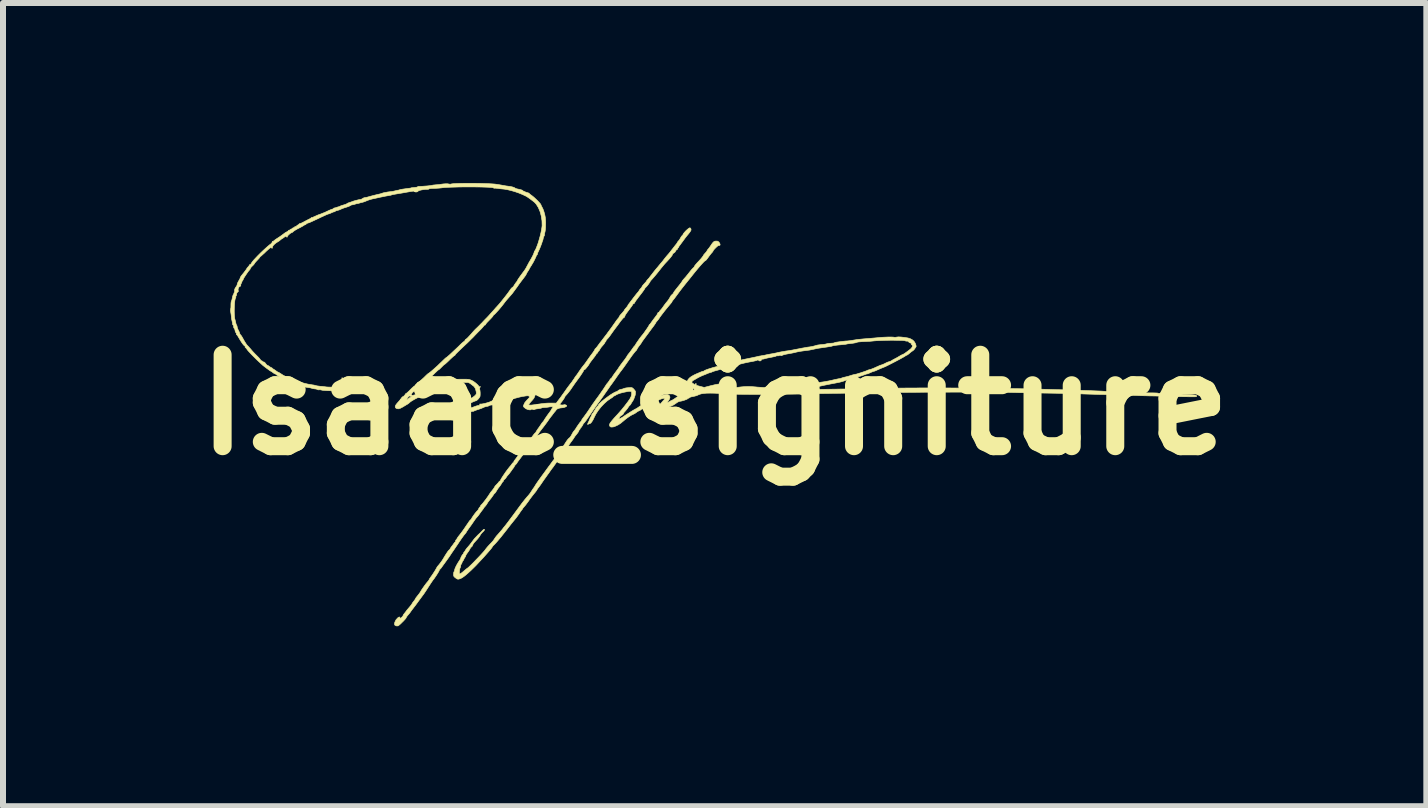
<source format=kicad_pcb>
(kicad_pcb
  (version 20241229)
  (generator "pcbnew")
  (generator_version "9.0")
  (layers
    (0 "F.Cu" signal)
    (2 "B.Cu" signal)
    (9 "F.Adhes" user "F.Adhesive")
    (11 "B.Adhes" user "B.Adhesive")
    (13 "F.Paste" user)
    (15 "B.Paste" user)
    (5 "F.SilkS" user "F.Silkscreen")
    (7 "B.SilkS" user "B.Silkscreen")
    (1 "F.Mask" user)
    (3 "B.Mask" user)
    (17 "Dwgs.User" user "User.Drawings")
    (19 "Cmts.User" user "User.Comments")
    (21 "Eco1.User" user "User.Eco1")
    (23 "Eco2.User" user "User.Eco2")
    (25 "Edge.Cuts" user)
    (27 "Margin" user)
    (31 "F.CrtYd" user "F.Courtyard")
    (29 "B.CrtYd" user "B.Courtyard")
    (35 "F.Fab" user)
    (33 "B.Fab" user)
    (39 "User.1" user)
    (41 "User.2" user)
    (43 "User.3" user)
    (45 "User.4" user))
  (footprint "Isaac_signiture"
    (layer "F.Cu")
    (at 8.861 3.697)
    (property "Reference" "Isaac_signiture" (at 0 0 0) (layer "F.SilkS") (effects (font (size 1.524 1.524) (thickness 0.3))))
    (attr through_hole)
    (fp_poly (pts (xy -6.193 -0.445) (xy -6.189 -0.44) (xy -6.184 -0.435) (xy -6.181 -0.436) (xy -6.174 -0.434) (xy -6.172 -0.427) (xy -6.167 -0.417) (xy -6.159 -0.418) (xy -6.144 -0.42) (xy -6.134 -0.416) (xy -6.136 -0.408) (xy -6.14 -0.405) (xy -6.15 -0.4) (xy -6.16 -0.4) (xy -6.174 -0.408) (xy -6.193 -0.423) (xy -6.211 -0.438) (xy -6.217 -0.446) (xy -6.211 -0.449) (xy -6.207 -0.449) (xy -6.193 -0.445)) (stroke (width 0.01) (type solid)) (fill yes) (layer "F.SilkS"))
    (fp_poly (pts (xy 0.069 -2.715) (xy 0.085 -2.69) (xy 0.091 -2.672) (xy 0.089 -2.662) (xy 0.084 -2.658) (xy 0.07 -2.654) (xy 0.065 -2.656) (xy 0.057 -2.652) (xy 0.041 -2.64) (xy 0.021 -2.621) (xy 0.001 -2.601) (xy -0.016 -2.582) (xy -0.025 -2.569) (xy -0.025 -2.566) (xy -0.031 -2.555) (xy -0.044 -2.538) (xy -0.052 -2.53) (xy -0.07 -2.508) (xy -0.093 -2.478) (xy -0.111 -2.453) (xy -0.129 -2.429) (xy -0.143 -2.412) (xy -0.151 -2.405) (xy -0.152 -2.405) (xy -0.163 -2.399) (xy -0.181 -2.383) (xy -0.208 -2.354) (xy -0.244 -2.314) (xy -0.289 -2.261) (xy -0.336 -2.204) (xy -0.409 -2.112) (xy -0.473 -2.033) (xy -0.527 -1.965) (xy -0.572 -1.907) (xy -0.609 -1.857) (xy -0.632 -1.826) (xy -0.654 -1.796) (xy -0.674 -1.769) (xy -0.69 -1.75) (xy -0.693 -1.746) (xy -0.706 -1.73) (xy -0.711 -1.718) (xy -0.711 -1.718) (xy -0.716 -1.709) (xy -0.731 -1.69) (xy -0.751 -1.666) (xy -0.756 -1.66) (xy -0.778 -1.634) (xy -0.805 -1.601) (xy -0.835 -1.564) (xy -0.864 -1.526) (xy -0.891 -1.491) (xy -0.913 -1.461) (xy -0.926 -1.441) (xy -0.928 -1.438) (xy -0.94 -1.421) (xy -0.957 -1.4) (xy -0.96 -1.397) (xy -0.974 -1.38) (xy -0.982 -1.368) (xy -0.982 -1.366) (xy -0.987 -1.357) (xy -1 -1.338) (xy -1.018 -1.312) (xy -1.031 -1.295) (xy -1.059 -1.258) (xy -1.089 -1.217) (xy -1.116 -1.18) (xy -1.122 -1.173) (xy -1.145 -1.141) (xy -1.168 -1.111) (xy -1.185 -1.087) (xy -1.187 -1.085) (xy -1.203 -1.063) (xy -1.214 -1.046) (xy -1.216 -1.041) (xy -1.224 -1.029) (xy -1.239 -1.007) (xy -1.259 -0.982) (xy -1.259 -0.982) (xy -1.277 -0.957) (xy -1.29 -0.937) (xy -1.295 -0.926) (xy -1.295 -0.925) (xy -1.301 -0.913) (xy -1.309 -0.905) (xy -1.324 -0.889) (xy -1.347 -0.861) (xy -1.379 -0.819) (xy -1.417 -0.765) (xy -1.463 -0.7) (xy -1.487 -0.665) (xy -1.505 -0.64) (xy -1.527 -0.609) (xy -1.549 -0.58) (xy -1.57 -0.553) (xy -1.589 -0.527) (xy -1.609 -0.499) (xy -1.633 -0.465) (xy -1.663 -0.421) (xy -1.665 -0.419) (xy -1.686 -0.389) (xy -1.708 -0.358) (xy -1.719 -0.343) (xy -1.74 -0.315) (xy -1.766 -0.277) (xy -1.796 -0.234) (xy -1.827 -0.19) (xy -1.84 -0.171) (xy -1.853 -0.152) (xy -1.872 -0.125) (xy -1.896 -0.092) (xy -1.912 -0.07) (xy -1.961 -0.003) (xy -2.012 0.07) (xy -2.063 0.144) (xy -2.109 0.212) (xy -2.118 0.224) (xy -2.138 0.254) (xy -2.158 0.28) (xy -2.172 0.297) (xy -2.175 0.3) (xy -2.188 0.314) (xy -2.193 0.323) (xy -2.198 0.335) (xy -2.209 0.353) (xy -2.222 0.372) (xy -2.234 0.386) (xy -2.237 0.388) (xy -2.243 0.398) (xy -2.244 0.403) (xy -2.248 0.414) (xy -2.252 0.415) (xy -2.26 0.422) (xy -2.261 0.426) (xy -2.266 0.44) (xy -2.279 0.462) (xy -2.299 0.488) (xy -2.321 0.515) (xy -2.324 0.519) (xy -2.334 0.532) (xy -2.337 0.538) (xy -2.342 0.546) (xy -2.354 0.565) (xy -2.372 0.59) (xy -2.383 0.605) (xy -2.404 0.633) (xy -2.42 0.656) (xy -2.429 0.67) (xy -2.43 0.673) (xy -2.435 0.682) (xy -2.447 0.701) (xy -2.464 0.724) (xy -2.482 0.749) (xy -2.499 0.77) (xy -2.511 0.784) (xy -2.516 0.787) (xy -2.523 0.794) (xy -2.523 0.797) (xy -2.528 0.807) (xy -2.541 0.828) (xy -2.56 0.856) (xy -2.581 0.884) (xy -2.608 0.921) (xy -2.636 0.958) (xy -2.659 0.991) (xy -2.671 1.007) (xy -2.688 1.032) (xy -2.703 1.052) (xy -2.711 1.062) (xy -2.719 1.073) (xy -2.734 1.093) (xy -2.753 1.121) (xy -2.762 1.134) (xy -2.787 1.168) (xy -2.811 1.202) (xy -2.831 1.23) (xy -2.835 1.235) (xy -2.856 1.265) (xy -2.877 1.296) (xy -2.885 1.308) (xy -2.905 1.337) (xy -2.927 1.367) (xy -2.934 1.376) (xy -2.95 1.397) (xy -2.961 1.414) (xy -2.964 1.419) (xy -2.971 1.431) (xy -2.985 1.45) (xy -2.993 1.46) (xy -3.025 1.499) (xy -3.048 1.529) (xy -3.066 1.553) (xy -3.082 1.574) (xy -3.098 1.598) (xy -3.103 1.605) (xy -3.152 1.671) (xy -3.19 1.715) (xy -3.199 1.727) (xy -3.2 1.731) (xy -3.205 1.74) (xy -3.214 1.75) (xy -3.225 1.765) (xy -3.242 1.789) (xy -3.257 1.812) (xy -3.277 1.84) (xy -3.303 1.876) (xy -3.331 1.911) (xy -3.34 1.922) (xy -3.384 1.976) (xy -3.42 2.022) (xy -3.451 2.062) (xy -3.463 2.078) (xy -3.494 2.117) (xy -3.528 2.16) (xy -3.562 2.203) (xy -3.596 2.243) (xy -3.626 2.279) (xy -3.652 2.308) (xy -3.669 2.326) (xy -3.674 2.331) (xy -3.69 2.346) (xy -3.699 2.357) (xy -3.7 2.358) (xy -3.706 2.369) (xy -3.721 2.391) (xy -3.746 2.421) (xy -3.777 2.457) (xy -3.813 2.498) (xy -3.853 2.543) (xy -3.895 2.588) (xy -3.937 2.633) (xy -3.977 2.676) (xy -4.015 2.714) (xy -4.048 2.746) (xy -4.056 2.754) (xy -4.106 2.8) (xy -4.146 2.835) (xy -4.179 2.861) (xy -4.205 2.879) (xy -4.228 2.892) (xy -4.249 2.9) (xy -4.252 2.901) (xy -4.272 2.906) (xy -4.288 2.904) (xy -4.306 2.894) (xy -4.318 2.885) (xy -4.338 2.869) (xy -4.349 2.854) (xy -4.352 2.834) (xy -4.352 2.823) (xy -4.35 2.8) (xy -4.346 2.784) (xy -4.343 2.781) (xy -4.337 2.77) (xy -4.335 2.757) (xy -4.33 2.736) (xy -4.318 2.706) (xy -4.299 2.669) (xy -4.277 2.631) (xy -4.261 2.606) (xy -4.246 2.583) (xy -4.236 2.566) (xy -4.233 2.559) (xy -4.229 2.543) (xy -4.218 2.521) (xy -4.205 2.5) (xy -4.195 2.489) (xy -4.184 2.475) (xy -4.183 2.467) (xy -4.179 2.456) (xy -4.176 2.455) (xy -4.169 2.448) (xy -4.159 2.432) (xy -4.147 2.412) (xy -4.129 2.388) (xy -4.117 2.375) (xy -4.094 2.348) (xy -4.071 2.32) (xy -4.063 2.309) (xy -4.006 2.233) (xy -3.945 2.169) (xy -3.919 2.145) (xy -3.906 2.133) (xy -3.888 2.114) (xy -3.88 2.105) (xy -3.862 2.087) (xy -3.848 2.076) (xy -3.844 2.074) (xy -3.835 2.079) (xy -3.84 2.092) (xy -3.856 2.111) (xy -3.866 2.12) (xy -3.887 2.142) (xy -3.904 2.165) (xy -3.907 2.172) (xy -3.922 2.197) (xy -3.949 2.232) (xy -3.989 2.276) (xy -4.011 2.3) (xy -4.026 2.322) (xy -4.035 2.342) (xy -4.044 2.36) (xy -4.053 2.368) (xy -4.066 2.379) (xy -4.073 2.391) (xy -4.086 2.416) (xy -4.104 2.444) (xy -4.125 2.473) (xy -4.14 2.495) (xy -4.148 2.511) (xy -4.149 2.516) (xy -4.154 2.53) (xy -4.166 2.548) (xy -4.177 2.566) (xy -4.182 2.579) (xy -4.182 2.579) (xy -4.188 2.592) (xy -4.195 2.599) (xy -4.205 2.614) (xy -4.212 2.634) (xy -4.218 2.651) (xy -4.226 2.659) (xy -4.226 2.659) (xy -4.231 2.666) (xy -4.233 2.682) (xy -4.236 2.703) (xy -4.241 2.714) (xy -4.246 2.726) (xy -4.251 2.75) (xy -4.253 2.771) (xy -4.256 2.799) (xy -4.253 2.814) (xy -4.244 2.817) (xy -4.228 2.809) (xy -4.201 2.788) (xy -4.187 2.776) (xy -4.16 2.753) (xy -4.135 2.733) (xy -4.118 2.72) (xy -4.116 2.72) (xy -4.102 2.708) (xy -4.079 2.686) (xy -4.049 2.657) (xy -4.014 2.622) (xy -3.977 2.583) (xy -3.939 2.544) (xy -3.903 2.506) (xy -3.871 2.471) (xy -3.845 2.442) (xy -3.828 2.422) (xy -3.823 2.414) (xy -3.808 2.394) (xy -3.782 2.363) (xy -3.748 2.326) (xy -3.722 2.299) (xy -3.699 2.274) (xy -3.68 2.249) (xy -3.669 2.232) (xy -3.654 2.21) (xy -3.635 2.185) (xy -3.631 2.181) (xy -3.591 2.136) (xy -3.548 2.086) (xy -3.522 2.053) (xy -3.497 2.053) (xy -3.492 2.057) (xy -3.488 2.053) (xy -3.492 2.049) (xy -3.497 2.053) (xy -3.522 2.053) (xy -3.501 2.027) (xy -3.448 1.959) (xy -3.389 1.88) (xy -3.387 1.878) (xy -3.366 1.878) (xy -3.358 1.879) (xy -3.347 1.877) (xy -3.347 1.874) (xy -3.358 1.872) (xy -3.363 1.874) (xy -3.366 1.878) (xy -3.387 1.878) (xy -3.323 1.791) (xy -3.262 1.708) (xy -3.21 1.638) (xy -3.166 1.582) (xy -3.131 1.54) (xy -3.116 1.523) (xy -3.096 1.5) (xy -3.079 1.478) (xy -3.073 1.471) (xy -3.062 1.453) (xy -3.045 1.427) (xy -3.026 1.398) (xy -3.025 1.397) (xy -3.007 1.372) (xy -2.995 1.352) (xy -2.989 1.342) (xy -2.989 1.342) (xy -2.984 1.334) (xy -2.971 1.314) (xy -2.952 1.286) (xy -2.927 1.251) (xy -2.9 1.213) (xy -2.872 1.174) (xy -2.848 1.142) (xy -2.82 1.103) (xy -2.79 1.062) (xy -2.763 1.025) (xy -2.754 1.014) (xy -2.728 0.978) (xy -2.7 0.939) (xy -2.674 0.906) (xy -2.65 0.873) (xy -2.625 0.838) (xy -2.607 0.811) (xy -2.59 0.785) (xy -2.575 0.765) (xy -2.568 0.755) (xy -2.556 0.74) (xy -2.535 0.709) (xy -2.507 0.665) (xy -2.473 0.612) (xy -2.455 0.586) (xy -2.437 0.565) (xy -2.427 0.556) (xy -2.409 0.54) (xy -2.394 0.517) (xy -2.392 0.515) (xy -2.374 0.481) (xy -2.361 0.458) (xy -2.349 0.441) (xy -2.341 0.432) (xy -2.325 0.412) (xy -2.316 0.399) (xy -2.301 0.374) (xy -2.282 0.346) (xy -2.262 0.318) (xy -2.245 0.294) (xy -2.232 0.28) (xy -2.229 0.277) (xy -2.219 0.265) (xy -2.218 0.26) (xy -2.213 0.247) (xy -2.201 0.229) (xy -2.199 0.227) (xy -2.181 0.203) (xy -2.156 0.169) (xy -2.125 0.126) (xy -2.091 0.076) (xy -2.057 0.025) (xy -2.032 -0.012) (xy -2.004 -0.051) (xy -1.98 -0.085) (xy -1.977 -0.089) (xy -1.957 -0.116) (xy -1.933 -0.149) (xy -1.907 -0.186) (xy -1.881 -0.224) (xy -1.856 -0.259) (xy -1.836 -0.29) (xy -1.821 -0.313) (xy -1.813 -0.325) (xy -1.813 -0.326) (xy -1.804 -0.339) (xy -1.802 -0.343) (xy -1.792 -0.355) (xy -1.777 -0.373) (xy -1.76 -0.396) (xy -1.747 -0.417) (xy -1.736 -0.433) (xy -1.727 -0.44) (xy -1.727 -0.44) (xy -1.717 -0.447) (xy -1.713 -0.455) (xy -1.705 -0.468) (xy -1.69 -0.491) (xy -1.67 -0.519) (xy -1.66 -0.533) (xy -1.636 -0.565) (xy -1.615 -0.594) (xy -1.599 -0.617) (xy -1.596 -0.624) (xy -1.583 -0.642) (xy -1.564 -0.669) (xy -1.54 -0.701) (xy -1.528 -0.717) (xy -1.503 -0.749) (xy -1.481 -0.78) (xy -1.465 -0.804) (xy -1.46 -0.813) (xy -1.446 -0.835) (xy -1.432 -0.853) (xy -1.43 -0.855) (xy -1.419 -0.868) (xy -1.402 -0.891) (xy -1.382 -0.919) (xy -1.379 -0.923) (xy -1.36 -0.95) (xy -1.344 -0.972) (xy -1.333 -0.984) (xy -1.331 -0.985) (xy -1.322 -0.996) (xy -1.321 -1) (xy -1.316 -1.01) (xy -1.303 -1.03) (xy -1.285 -1.056) (xy -1.264 -1.086) (xy -1.242 -1.117) (xy -1.222 -1.143) (xy -1.205 -1.164) (xy -1.2 -1.169) (xy -1.187 -1.186) (xy -1.17 -1.209) (xy -1.165 -1.217) (xy -1.146 -1.244) (xy -1.125 -1.274) (xy -1.118 -1.285) (xy -1.103 -1.307) (xy -1.094 -1.324) (xy -1.092 -1.33) (xy -1.087 -1.338) (xy -1.086 -1.338) (xy -1.078 -1.344) (xy -1.065 -1.361) (xy -1.059 -1.37) (xy -1.044 -1.391) (xy -1.025 -1.417) (xy -1 -1.45) (xy -0.967 -1.494) (xy -0.961 -1.502) (xy -0.951 -1.52) (xy -0.948 -1.53) (xy -0.941 -1.54) (xy -0.936 -1.541) (xy -0.924 -1.546) (xy -0.923 -1.551) (xy -0.917 -1.562) (xy -0.903 -1.578) (xy -0.902 -1.579) (xy -0.886 -1.597) (xy -0.866 -1.623) (xy -0.852 -1.644) (xy -0.83 -1.674) (xy -0.807 -1.704) (xy -0.793 -1.72) (xy -0.771 -1.748) (xy -0.751 -1.78) (xy -0.746 -1.789) (xy -0.731 -1.815) (xy -0.713 -1.835) (xy -0.707 -1.841) (xy -0.692 -1.854) (xy -0.686 -1.864) (xy -0.685 -1.869) (xy -0.68 -1.878) (xy -0.671 -1.891) (xy -0.655 -1.912) (xy -0.632 -1.941) (xy -0.6 -1.981) (xy -0.595 -1.987) (xy -0.572 -2.016) (xy -0.555 -2.039) (xy -0.544 -2.055) (xy -0.542 -2.059) (xy -0.537 -2.069) (xy -0.524 -2.085) (xy -0.519 -2.091) (xy -0.484 -2.13) (xy -0.448 -2.174) (xy -0.41 -2.222) (xy -0.389 -2.248) (xy -0.37 -2.27) (xy -0.356 -2.283) (xy -0.355 -2.284) (xy -0.342 -2.297) (xy -0.339 -2.306) (xy -0.333 -2.316) (xy -0.319 -2.335) (xy -0.298 -2.359) (xy -0.292 -2.366) (xy -0.259 -2.401) (xy -0.23 -2.433) (xy -0.207 -2.461) (xy -0.192 -2.482) (xy -0.186 -2.493) (xy -0.186 -2.493) (xy -0.181 -2.502) (xy -0.167 -2.518) (xy -0.157 -2.529) (xy -0.14 -2.548) (xy -0.129 -2.564) (xy -0.127 -2.569) (xy -0.121 -2.58) (xy -0.109 -2.595) (xy -0.096 -2.61) (xy -0.078 -2.635) (xy -0.058 -2.664) (xy -0.057 -2.667) (xy -0.036 -2.696) (xy -0.02 -2.714) (xy -0.004 -2.724) (xy 0.008 -2.728) (xy 0.043 -2.729) (xy 0.069 -2.715)) (stroke (width 0.01) (type solid)) (fill yes) (layer "F.SilkS"))
    (fp_poly (pts (xy 3.106 -1.13) (xy 3.165 -1.123) (xy 3.222 -1.114) (xy 3.26 -1.102) (xy 3.298 -1.081) (xy 3.32 -1.061) (xy 3.334 -1.042) (xy 3.347 -1.017) (xy 3.355 -0.992) (xy 3.358 -0.973) (xy 3.355 -0.966) (xy 3.347 -0.955) (xy 3.336 -0.937) (xy 3.336 -0.937) (xy 3.32 -0.916) (xy 3.302 -0.901) (xy 3.283 -0.889) (xy 3.259 -0.87) (xy 3.248 -0.86) (xy 3.227 -0.843) (xy 3.212 -0.832) (xy 3.207 -0.83) (xy 3.195 -0.825) (xy 3.177 -0.814) (xy 3.175 -0.813) (xy 3.157 -0.801) (xy 3.128 -0.785) (xy 3.096 -0.767) (xy 3.089 -0.763) (xy 3.013 -0.723) (xy 2.951 -0.691) (xy 2.902 -0.666) (xy 2.864 -0.647) (xy 2.837 -0.634) (xy 2.819 -0.627) (xy 2.767 -0.606) (xy 2.725 -0.588) (xy 2.697 -0.575) (xy 2.674 -0.565) (xy 2.656 -0.559) (xy 2.652 -0.559) (xy 2.639 -0.555) (xy 2.617 -0.546) (xy 2.598 -0.538) (xy 2.572 -0.526) (xy 2.552 -0.518) (xy 2.544 -0.516) (xy 2.531 -0.514) (xy 2.508 -0.506) (xy 2.492 -0.5) (xy 2.46 -0.488) (xy 2.422 -0.476) (xy 2.4 -0.47) (xy 2.367 -0.46) (xy 2.336 -0.45) (xy 2.32 -0.444) (xy 2.292 -0.435) (xy 2.259 -0.428) (xy 2.252 -0.427) (xy 2.219 -0.42) (xy 2.186 -0.409) (xy 2.18 -0.407) (xy 2.142 -0.393) (xy 2.088 -0.378) (xy 2.019 -0.364) (xy 1.955 -0.352) (xy 1.914 -0.344) (xy 1.864 -0.334) (xy 1.814 -0.324) (xy 1.788 -0.318) (xy 1.748 -0.309) (xy 1.711 -0.302) (xy 1.682 -0.298) (xy 1.669 -0.296) (xy 1.65 -0.294) (xy 1.643 -0.289) (xy 1.643 -0.289) (xy 1.635 -0.283) (xy 1.617 -0.277) (xy 1.611 -0.276) (xy 1.563 -0.269) (xy 1.53 -0.263) (xy 1.513 -0.259) (xy 1.511 -0.256) (xy 1.52 -0.254) (xy 1.54 -0.253) (xy 1.553 -0.253) (xy 1.563 -0.254) (xy 1.588 -0.255) (xy 1.626 -0.255) (xy 1.674 -0.256) (xy 1.731 -0.257) (xy 1.795 -0.258) (xy 1.841 -0.259) (xy 1.922 -0.26) (xy 2.012 -0.261) (xy 2.104 -0.263) (xy 2.193 -0.264) (xy 2.276 -0.266) (xy 2.346 -0.267) (xy 2.35 -0.267) (xy 2.401 -0.268) (xy 2.462 -0.269) (xy 2.53 -0.27) (xy 2.604 -0.271) (xy 2.681 -0.272) (xy 2.76 -0.274) (xy 2.839 -0.275) (xy 2.915 -0.276) (xy 2.988 -0.277) (xy 3.054 -0.278) (xy 3.112 -0.279) (xy 3.161 -0.279) (xy 3.197 -0.28) (xy 3.22 -0.28) (xy 3.226 -0.28) (xy 3.237 -0.28) (xy 3.264 -0.28) (xy 3.302 -0.28) (xy 3.35 -0.28) (xy 3.405 -0.281) (xy 3.459 -0.281) (xy 3.578 -0.281) (xy 3.71 -0.281) (xy 3.85 -0.281) (xy 3.998 -0.28) (xy 4.151 -0.279) (xy 4.307 -0.278) (xy 4.463 -0.277) (xy 4.617 -0.275) (xy 4.768 -0.273) (xy 4.912 -0.271) (xy 5.047 -0.269) (xy 5.172 -0.267) (xy 5.284 -0.264) (xy 5.359 -0.262) (xy 5.539 -0.258) (xy 5.703 -0.253) (xy 5.85 -0.249) (xy 5.981 -0.245) (xy 6.097 -0.241) (xy 6.198 -0.238) (xy 6.283 -0.235) (xy 6.354 -0.232) (xy 6.411 -0.23) (xy 6.453 -0.228) (xy 6.482 -0.226) (xy 6.498 -0.225) (xy 6.498 -0.225) (xy 6.514 -0.223) (xy 6.543 -0.222) (xy 6.58 -0.221) (xy 6.621 -0.22) (xy 6.662 -0.22) (xy 6.7 -0.219) (xy 6.731 -0.22) (xy 6.749 -0.22) (xy 6.753 -0.221) (xy 6.764 -0.22) (xy 6.765 -0.22) (xy 6.775 -0.219) (xy 6.797 -0.218) (xy 6.83 -0.216) (xy 6.858 -0.215) (xy 6.913 -0.214) (xy 6.966 -0.211) (xy 7.016 -0.209) (xy 7.058 -0.206) (xy 7.092 -0.204) (xy 7.113 -0.202) (xy 7.119 -0.201) (xy 7.129 -0.2) (xy 7.153 -0.199) (xy 7.188 -0.199) (xy 7.23 -0.199) (xy 7.254 -0.199) (xy 7.298 -0.199) (xy 7.336 -0.198) (xy 7.365 -0.197) (xy 7.381 -0.196) (xy 7.383 -0.195) (xy 7.391 -0.193) (xy 7.412 -0.191) (xy 7.443 -0.189) (xy 7.47 -0.188) (xy 7.556 -0.186) (xy 7.64 -0.183) (xy 7.72 -0.18) (xy 7.794 -0.177) (xy 7.861 -0.174) (xy 7.918 -0.17) (xy 7.964 -0.167) (xy 7.997 -0.164) (xy 8.016 -0.161) (xy 8.019 -0.161) (xy 8.033 -0.149) (xy 8.032 -0.139) (xy 8.016 -0.135) (xy 7.997 -0.134) (xy 7.965 -0.134) (xy 7.922 -0.134) (xy 7.871 -0.135) (xy 7.816 -0.135) (xy 7.76 -0.136) (xy 7.706 -0.137) (xy 7.656 -0.138) (xy 7.615 -0.138) (xy 7.584 -0.139) (xy 7.569 -0.14) (xy 7.55 -0.141) (xy 7.517 -0.142) (xy 7.473 -0.144) (xy 7.42 -0.145) (xy 7.361 -0.147) (xy 7.311 -0.148) (xy 7.245 -0.149) (xy 7.18 -0.151) (xy 7.117 -0.152) (xy 7.062 -0.154) (xy 7.018 -0.156) (xy 6.998 -0.156) (xy 6.941 -0.159) (xy 6.871 -0.161) (xy 6.792 -0.164) (xy 6.706 -0.166) (xy 6.618 -0.169) (xy 6.53 -0.171) (xy 6.448 -0.173) (xy 6.409 -0.173) (xy 6.347 -0.175) (xy 6.279 -0.177) (xy 6.21 -0.179) (xy 6.149 -0.181) (xy 6.13 -0.182) (xy 6.069 -0.184) (xy 5.999 -0.186) (xy 5.92 -0.188) (xy 5.831 -0.19) (xy 5.729 -0.192) (xy 5.614 -0.194) (xy 5.484 -0.196) (xy 5.339 -0.199) (xy 5.317 -0.199) (xy 5.237 -0.2) (xy 5.153 -0.202) (xy 5.071 -0.203) (xy 4.992 -0.205) (xy 4.921 -0.206) (xy 4.862 -0.208) (xy 4.834 -0.208) (xy 4.778 -0.21) (xy 4.723 -0.211) (xy 4.674 -0.211) (xy 4.634 -0.212) (xy 4.607 -0.211) (xy 4.606 -0.211) (xy 4.574 -0.21) (xy 4.548 -0.21) (xy 4.534 -0.21) (xy 4.51 -0.211) (xy 4.471 -0.211) (xy 4.417 -0.212) (xy 4.351 -0.212) (xy 4.272 -0.212) (xy 4.184 -0.212) (xy 4.086 -0.212) (xy 3.981 -0.212) (xy 3.87 -0.211) (xy 3.754 -0.211) (xy 3.634 -0.21) (xy 3.512 -0.21) (xy 3.389 -0.209) (xy 3.266 -0.208) (xy 3.145 -0.207) (xy 3.027 -0.206) (xy 2.913 -0.205) (xy 2.805 -0.204) (xy 2.705 -0.203) (xy 2.612 -0.202) (xy 2.529 -0.201) (xy 2.457 -0.2) (xy 2.398 -0.198) (xy 2.396 -0.198) (xy 2.318 -0.197) (xy 2.229 -0.195) (xy 2.135 -0.193) (xy 2.043 -0.192) (xy 1.959 -0.191) (xy 1.926 -0.19) (xy 1.849 -0.189) (xy 1.761 -0.188) (xy 1.667 -0.186) (xy 1.574 -0.185) (xy 1.487 -0.183) (xy 1.439 -0.182) (xy 1.287 -0.179) (xy 1.138 -0.177) (xy 0.993 -0.175) (xy 0.854 -0.174) (xy 0.723 -0.174) (xy 0.6 -0.174) (xy 0.487 -0.175) (xy 0.385 -0.176) (xy 0.297 -0.179) (xy 0.222 -0.181) (xy 0.174 -0.184) (xy 0.076 -0.19) (xy -0.007 -0.194) (xy -0.077 -0.195) (xy -0.135 -0.194) (xy -0.182 -0.19) (xy -0.221 -0.184) (xy -0.254 -0.174) (xy -0.282 -0.162) (xy -0.285 -0.16) (xy -0.309 -0.151) (xy -0.34 -0.143) (xy -0.359 -0.139) (xy -0.386 -0.134) (xy -0.408 -0.127) (xy -0.416 -0.122) (xy -0.43 -0.112) (xy -0.437 -0.11) (xy -0.448 -0.106) (xy -0.449 -0.103) (xy -0.456 -0.097) (xy -0.475 -0.088) (xy -0.502 -0.078) (xy -0.531 -0.069) (xy -0.558 -0.062) (xy -0.578 -0.059) (xy -0.58 -0.059) (xy -0.598 -0.054) (xy -0.623 -0.041) (xy -0.641 -0.028) (xy -0.667 -0.01) (xy -0.691 0.005) (xy -0.703 0.011) (xy -0.721 0.019) (xy -0.748 0.031) (xy -0.78 0.045) (xy -0.786 0.048) (xy -0.833 0.066) (xy -0.876 0.075) (xy -0.91 0.075) (xy -0.933 0.065) (xy -0.934 0.064) (xy -0.942 0.052) (xy -0.942 0.037) (xy -0.932 0.019) (xy -0.912 -0.007) (xy -0.884 -0.038) (xy -0.861 -0.065) (xy -0.842 -0.086) (xy -0.831 -0.101) (xy -0.83 -0.105) (xy -0.837 -0.11) (xy -0.856 -0.108) (xy -0.885 -0.1) (xy -0.92 -0.087) (xy -0.952 -0.072) (xy -0.982 -0.058) (xy -1.006 -0.048) (xy -1.021 -0.043) (xy -1.023 -0.042) (xy -1.034 -0.037) (xy -1.041 -0.03) (xy -1.053 -0.02) (xy -1.076 -0.006) (xy -1.105 0.009) (xy -1.108 0.011) (xy -1.149 0.032) (xy -1.178 0.048) (xy -1.199 0.06) (xy -1.217 0.072) (xy -1.23 0.083) (xy -1.249 0.095) (xy -1.263 0.101) (xy -1.264 0.102) (xy -1.277 0.107) (xy -1.296 0.119) (xy -1.304 0.126) (xy -1.327 0.142) (xy -1.349 0.154) (xy -1.354 0.156) (xy -1.38 0.168) (xy -1.415 0.189) (xy -1.453 0.215) (xy -1.492 0.245) (xy -1.526 0.274) (xy -1.527 0.274) (xy -1.565 0.306) (xy -1.606 0.333) (xy -1.647 0.353) (xy -1.684 0.367) (xy -1.715 0.371) (xy -1.738 0.367) (xy -1.742 0.363) (xy -1.751 0.35) (xy -1.754 0.336) (xy -1.749 0.317) (xy -1.735 0.294) (xy -1.711 0.263) (xy -1.677 0.223) (xy -1.655 0.199) (xy -1.613 0.153) (xy -1.58 0.116) (xy -1.552 0.084) (xy -1.527 0.053) (xy -1.501 0.021) (xy -1.473 -0.016) (xy -1.443 -0.055) (xy -1.411 -0.102) (xy -1.391 -0.142) (xy -1.384 -0.172) (xy -1.383 -0.202) (xy -1.388 -0.219) (xy -1.403 -0.226) (xy -1.429 -0.225) (xy -1.449 -0.222) (xy -1.524 -0.207) (xy -1.584 -0.191) (xy -1.629 -0.173) (xy -1.643 -0.165) (xy -1.665 -0.152) (xy -1.681 -0.145) (xy -1.685 -0.144) (xy -1.693 -0.138) (xy -1.693 -0.136) (xy -1.7 -0.128) (xy -1.718 -0.115) (xy -1.738 -0.103) (xy -1.788 -0.068) (xy -1.841 -0.021) (xy -1.893 0.034) (xy -1.94 0.093) (xy -1.979 0.152) (xy -2.005 0.203) (xy -2.026 0.248) (xy -2.047 0.282) (xy -2.065 0.305) (xy -2.081 0.313) (xy -2.081 0.313) (xy -2.1 0.319) (xy -2.107 0.323) (xy -2.115 0.329) (xy -2.117 0.321) (xy -2.112 0.304) (xy -2.11 0.3) (xy -2.103 0.288) (xy -2.093 0.266) (xy -2.087 0.25) (xy -2.076 0.223) (xy -2.065 0.201) (xy -2.06 0.194) (xy -2.051 0.177) (xy -2.049 0.168) (xy -2.043 0.152) (xy -2.036 0.144) (xy -2.025 0.131) (xy -2.01 0.108) (xy -1.994 0.08) (xy -1.992 0.078) (xy -1.976 0.051) (xy -1.961 0.03) (xy -1.951 0.02) (xy -1.95 0.02) (xy -1.94 0.011) (xy -1.939 0.007) (xy -1.932 -0.007) (xy -1.913 -0.027) (xy -1.886 -0.053) (xy -1.851 -0.082) (xy -1.812 -0.112) (xy -1.771 -0.142) (xy -1.731 -0.17) (xy -1.694 -0.193) (xy -1.663 -0.21) (xy -1.641 -0.219) (xy -1.634 -0.22) (xy -1.622 -0.226) (xy -1.609 -0.237) (xy -1.59 -0.249) (xy -1.564 -0.258) (xy -1.56 -0.258) (xy -1.534 -0.264) (xy -1.513 -0.272) (xy -1.511 -0.273) (xy -1.495 -0.278) (xy -1.467 -0.283) (xy -1.434 -0.286) (xy -1.403 -0.288) (xy -1.383 -0.287) (xy -1.369 -0.281) (xy -1.356 -0.27) (xy -1.348 -0.261) (xy -1.331 -0.242) (xy -1.321 -0.225) (xy -1.32 -0.22) (xy -1.32 -0.194) (xy -1.323 -0.168) (xy -1.328 -0.15) (xy -1.329 -0.148) (xy -1.335 -0.134) (xy -1.341 -0.114) (xy -1.351 -0.089) (xy -1.365 -0.064) (xy -1.366 -0.064) (xy -1.382 -0.039) (xy -1.396 -0.015) (xy -1.396 -0.015) (xy -1.407 0.002) (xy -1.415 0.008) (xy -1.415 0.008) (xy -1.422 0.015) (xy -1.435 0.032) (xy -1.44 0.04) (xy -1.457 0.065) (xy -1.48 0.093) (xy -1.493 0.108) (xy -1.51 0.127) (xy -1.52 0.14) (xy -1.52 0.144) (xy -1.52 0.149) (xy -1.53 0.16) (xy -1.531 0.161) (xy -1.546 0.173) (xy -1.557 0.178) (xy -1.566 0.184) (xy -1.579 0.198) (xy -1.591 0.215) (xy -1.598 0.229) (xy -1.598 0.234) (xy -1.588 0.233) (xy -1.569 0.225) (xy -1.545 0.212) (xy -1.521 0.197) (xy -1.516 0.193) (xy -1.495 0.178) (xy -1.464 0.158) (xy -1.428 0.135) (xy -1.39 0.111) (xy -1.357 0.091) (xy -1.332 0.076) (xy -1.331 0.076) (xy -1.308 0.064) (xy -1.288 0.052) (xy -1.266 0.037) (xy -1.236 0.017) (xy -1.226 0.011) (xy -1.202 -0.004) (xy -1.182 -0.014) (xy -1.173 -0.017) (xy -1.158 -0.023) (xy -1.155 -0.026) (xy -1.145 -0.035) (xy -1.124 -0.046) (xy -1.114 -0.05) (xy -1.092 -0.06) (xy -1.059 -0.075) (xy -1.021 -0.093) (xy -0.995 -0.106) (xy -0.952 -0.126) (xy -0.921 -0.14) (xy -0.898 -0.15) (xy -0.879 -0.157) (xy -0.861 -0.162) (xy -0.839 -0.167) (xy -0.836 -0.168) (xy -0.808 -0.173) (xy -0.788 -0.172) (xy -0.77 -0.165) (xy -0.75 -0.147) (xy -0.745 -0.122) (xy -0.756 -0.091) (xy -0.778 -0.057) (xy -0.786 -0.046) (xy -0.781 -0.042) (xy -0.777 -0.042) (xy -0.759 -0.048) (xy -0.752 -0.054) (xy -0.734 -0.066) (xy -0.719 -0.072) (xy -0.703 -0.08) (xy -0.678 -0.095) (xy -0.649 -0.115) (xy -0.642 -0.12) (xy -0.609 -0.143) (xy -0.584 -0.156) (xy -0.559 -0.164) (xy -0.538 -0.167) (xy -0.507 -0.172) (xy -0.488 -0.18) (xy -0.479 -0.19) (xy -0.462 -0.205) (xy -0.429 -0.22) (xy -0.405 -0.228) (xy -0.404 -0.229) (xy 1.312 -0.229) (xy 1.319 -0.22) (xy 1.321 -0.22) (xy 1.329 -0.227) (xy 1.329 -0.229) (xy 1.323 -0.237) (xy 1.321 -0.237) (xy 1.313 -0.231) (xy 1.312 -0.229) (xy -0.404 -0.229) (xy -0.374 -0.238) (xy -0.35 -0.247) (xy -0.337 -0.253) (xy -0.336 -0.254) (xy -0.338 -0.258) (xy 1.482 -0.258) (xy 1.486 -0.254) (xy 1.49 -0.258) (xy 1.486 -0.262) (xy 1.482 -0.258) (xy -0.338 -0.258) (xy -0.339 -0.261) (xy -0.348 -0.267) (xy -0.169 -0.267) (xy -0.165 -0.262) (xy -0.161 -0.267) (xy -0.165 -0.271) (xy -0.169 -0.267) (xy -0.348 -0.267) (xy -0.355 -0.272) (xy -0.38 -0.286) (xy -0.385 -0.289) (xy -0.425 -0.31) (xy -0.449 -0.33) (xy -0.461 -0.35) (xy -0.462 -0.372) (xy -0.38 -0.372) (xy -0.369 -0.359) (xy -0.366 -0.358) (xy -0.347 -0.347) (xy -0.339 -0.34) (xy -0.329 -0.332) (xy -0.324 -0.337) (xy -0.323 -0.341) (xy -0.317 -0.354) (xy -0.312 -0.356) (xy -0.307 -0.349) (xy -0.308 -0.343) (xy -0.31 -0.335) (xy -0.306 -0.328) (xy -0.294 -0.322) (xy -0.27 -0.315) (xy -0.235 -0.306) (xy -0.174 -0.29) (xy -0.064 -0.319) (xy 0.004 -0.335) (xy 0.059 -0.345) (xy 0.101 -0.347) (xy 0.134 -0.342) (xy 0.159 -0.329) (xy 0.175 -0.315) (xy 0.185 -0.304) (xy 0.198 -0.297) (xy 0.217 -0.292) (xy 0.246 -0.289) (xy 0.268 -0.287) (xy 0.303 -0.285) (xy 0.333 -0.285) (xy 0.352 -0.285) (xy 0.356 -0.286) (xy 0.37 -0.289) (xy 0.396 -0.293) (xy 0.428 -0.297) (xy 0.436 -0.298) (xy 0.491 -0.303) (xy 0.547 -0.305) (xy 0.61 -0.304) (xy 0.684 -0.298) (xy 0.715 -0.295) (xy 0.873 -0.285) (xy 1.036 -0.284) (xy 1.207 -0.293) (xy 1.389 -0.312) (xy 1.582 -0.341) (xy 1.596 -0.343) (xy 1.632 -0.35) (xy 1.666 -0.356) (xy 1.691 -0.362) (xy 1.693 -0.363) (xy 1.716 -0.367) (xy 1.749 -0.373) (xy 1.786 -0.379) (xy 1.795 -0.38) (xy 1.829 -0.385) (xy 1.857 -0.39) (xy 1.885 -0.395) (xy 1.916 -0.401) (xy 1.956 -0.41) (xy 1.998 -0.42) (xy 2.031 -0.427) (xy 2.059 -0.433) (xy 2.077 -0.436) (xy 2.079 -0.436) (xy 2.099 -0.44) (xy 2.121 -0.448) (xy 2.148 -0.457) (xy 2.176 -0.463) (xy 2.2 -0.469) (xy 2.232 -0.477) (xy 2.256 -0.485) (xy 2.291 -0.496) (xy 2.326 -0.505) (xy 2.345 -0.509) (xy 2.366 -0.513) (xy 2.398 -0.523) (xy 2.435 -0.534) (xy 2.473 -0.547) (xy 2.509 -0.559) (xy 2.537 -0.57) (xy 2.553 -0.578) (xy 2.566 -0.582) (xy 2.588 -0.588) (xy 2.591 -0.588) (xy 2.612 -0.595) (xy 2.643 -0.607) (xy 2.678 -0.622) (xy 2.688 -0.627) (xy 2.722 -0.642) (xy 2.753 -0.656) (xy 2.776 -0.664) (xy 2.781 -0.665) (xy 2.803 -0.673) (xy 2.832 -0.686) (xy 2.851 -0.696) (xy 2.878 -0.709) (xy 2.901 -0.717) (xy 2.912 -0.72) (xy 2.93 -0.725) (xy 2.947 -0.735) (xy 2.97 -0.75) (xy 2.993 -0.762) (xy 3.013 -0.773) (xy 3.042 -0.788) (xy 3.072 -0.806) (xy 3.099 -0.822) (xy 3.12 -0.833) (xy 3.132 -0.838) (xy 3.132 -0.838) (xy 3.144 -0.843) (xy 3.166 -0.856) (xy 3.192 -0.875) (xy 3.221 -0.896) (xy 3.248 -0.917) (xy 3.27 -0.935) (xy 3.28 -0.945) (xy 3.293 -0.966) (xy 3.297 -0.985) (xy 3.292 -0.997) (xy 3.285 -0.999) (xy 3.28 -1.006) (xy 3.28 -1.014) (xy 3.274 -1.027) (xy 3.262 -1.031) (xy 3.242 -1.04) (xy 3.231 -1.051) (xy 3.217 -1.062) (xy 3.206 -1.062) (xy 3.189 -1.062) (xy 3.175 -1.067) (xy 3.16 -1.07) (xy 3.131 -1.073) (xy 3.091 -1.074) (xy 3.041 -1.075) (xy 2.985 -1.076) (xy 2.925 -1.076) (xy 2.864 -1.075) (xy 2.805 -1.073) (xy 2.749 -1.071) (xy 2.7 -1.069) (xy 2.661 -1.066) (xy 2.642 -1.064) (xy 2.622 -1.062) (xy 2.59 -1.059) (xy 2.549 -1.057) (xy 2.505 -1.055) (xy 2.5 -1.055) (xy 2.457 -1.053) (xy 2.419 -1.05) (xy 2.39 -1.047) (xy 2.374 -1.043) (xy 2.373 -1.043) (xy 2.348 -1.034) (xy 2.307 -1.027) (xy 2.251 -1.02) (xy 2.248 -1.02) (xy 2.22 -1.017) (xy 2.2 -1.013) (xy 2.192 -1.011) (xy 2.182 -1.009) (xy 2.158 -1.006) (xy 2.125 -1.003) (xy 2.085 -0.999) (xy 2.082 -0.999) (xy 2.041 -0.995) (xy 2.005 -0.99) (xy 1.978 -0.986) (xy 1.964 -0.982) (xy 1.964 -0.982) (xy 1.949 -0.977) (xy 1.916 -0.971) (xy 1.868 -0.963) (xy 1.803 -0.954) (xy 1.736 -0.944) (xy 1.717 -0.941) (xy 1.688 -0.935) (xy 1.655 -0.928) (xy 1.651 -0.927) (xy 1.616 -0.92) (xy 1.585 -0.913) (xy 1.563 -0.91) (xy 1.562 -0.91) (xy 1.484 -0.9) (xy 1.422 -0.891) (xy 1.376 -0.882) (xy 1.359 -0.878) (xy 1.332 -0.871) (xy 1.294 -0.863) (xy 1.252 -0.855) (xy 1.228 -0.851) (xy 1.19 -0.844) (xy 1.157 -0.836) (xy 1.134 -0.829) (xy 1.126 -0.825) (xy 1.111 -0.818) (xy 1.103 -0.822) (xy 1.09 -0.827) (xy 1.076 -0.822) (xy 1.059 -0.816) (xy 1.049 -0.817) (xy 1.036 -0.818) (xy 1.03 -0.815) (xy 1.018 -0.81) (xy 0.993 -0.803) (xy 0.96 -0.796) (xy 0.94 -0.792) (xy 0.903 -0.785) (xy 0.87 -0.778) (xy 0.847 -0.772) (xy 0.84 -0.77) (xy 0.815 -0.763) (xy 0.8 -0.762) (xy 0.783 -0.758) (xy 0.779 -0.75) (xy 0.772 -0.737) (xy 0.757 -0.731) (xy 0.741 -0.734) (xy 0.735 -0.74) (xy 0.724 -0.749) (xy 0.717 -0.747) (xy 0.704 -0.741) (xy 0.68 -0.734) (xy 0.648 -0.727) (xy 0.635 -0.724) (xy 0.595 -0.717) (xy 0.554 -0.709) (xy 0.521 -0.702) (xy 0.516 -0.701) (xy 0.485 -0.694) (xy 0.445 -0.684) (xy 0.406 -0.673) (xy 0.402 -0.671) (xy 0.364 -0.661) (xy 0.326 -0.652) (xy 0.295 -0.647) (xy 0.292 -0.646) (xy 0.261 -0.641) (xy 0.233 -0.634) (xy 0.224 -0.631) (xy 0.2 -0.622) (xy 0.162 -0.61) (xy 0.111 -0.595) (xy 0.051 -0.578) (xy 0.017 -0.569) (xy -0.01 -0.561) (xy -0.031 -0.554) (xy -0.038 -0.551) (xy -0.052 -0.544) (xy -0.072 -0.539) (xy -0.099 -0.53) (xy -0.123 -0.521) (xy -0.145 -0.511) (xy -0.175 -0.499) (xy -0.199 -0.49) (xy -0.235 -0.474) (xy -0.275 -0.454) (xy -0.299 -0.44) (xy -0.327 -0.424) (xy -0.351 -0.41) (xy -0.365 -0.402) (xy -0.378 -0.389) (xy -0.38 -0.372) (xy -0.462 -0.372) (xy -0.462 -0.374) (xy -0.458 -0.389) (xy -0.445 -0.418) (xy -0.423 -0.445) (xy -0.39 -0.471) (xy -0.344 -0.497) (xy -0.301 -0.517) (xy -0.263 -0.533) (xy -0.23 -0.547) (xy -0.206 -0.556) (xy -0.193 -0.559) (xy -0.18 -0.562) (xy -0.176 -0.566) (xy -0.167 -0.572) (xy -0.145 -0.582) (xy -0.113 -0.594) (xy -0.075 -0.606) (xy -0.034 -0.619) (xy -0.008 -0.626) (xy 0.022 -0.634) (xy 0.046 -0.641) (xy 0.059 -0.645) (xy 0.159 -0.676) (xy 0.271 -0.704) (xy 0.328 -0.716) (xy 0.359 -0.722) (xy 0.384 -0.728) (xy 0.398 -0.733) (xy 0.399 -0.733) (xy 0.414 -0.739) (xy 0.444 -0.747) (xy 0.487 -0.757) (xy 0.541 -0.768) (xy 0.595 -0.779) (xy 0.634 -0.787) (xy 0.671 -0.795) (xy 0.7 -0.801) (xy 0.709 -0.804) (xy 0.74 -0.811) (xy 0.773 -0.816) (xy 0.775 -0.817) (xy 0.806 -0.822) (xy 0.84 -0.828) (xy 0.847 -0.83) (xy 0.874 -0.836) (xy 0.911 -0.843) (xy 0.949 -0.85) (xy 0.953 -0.85) (xy 0.991 -0.858) (xy 1.028 -0.865) (xy 1.056 -0.872) (xy 1.058 -0.872) (xy 1.076 -0.876) (xy 1.094 -0.88) (xy 1.116 -0.884) (xy 1.146 -0.889) (xy 1.185 -0.896) (xy 1.238 -0.903) (xy 1.249 -0.905) (xy 1.291 -0.912) (xy 1.337 -0.921) (xy 1.367 -0.927) (xy 1.405 -0.934) (xy 1.447 -0.943) (xy 1.489 -0.95) (xy 1.527 -0.957) (xy 1.556 -0.962) (xy 1.574 -0.964) (xy 1.575 -0.964) (xy 1.595 -0.967) (xy 1.623 -0.972) (xy 1.653 -0.979) (xy 1.679 -0.986) (xy 1.694 -0.991) (xy 1.709 -0.995) (xy 1.735 -0.999) (xy 1.768 -1.003) (xy 1.779 -1.004) (xy 1.813 -1.007) (xy 1.842 -1.011) (xy 1.86 -1.015) (xy 1.863 -1.016) (xy 1.878 -1.02) (xy 1.904 -1.024) (xy 1.935 -1.026) (xy 1.965 -1.028) (xy 1.988 -1.031) (xy 1.998 -1.035) (xy 1.998 -1.035) (xy 2.009 -1.04) (xy 2.029 -1.044) (xy 2.032 -1.044) (xy 2.095 -1.053) (xy 2.146 -1.059) (xy 2.184 -1.063) (xy 2.208 -1.064) (xy 2.21 -1.064) (xy 2.228 -1.066) (xy 2.258 -1.069) (xy 2.292 -1.075) (xy 2.294 -1.075) (xy 2.325 -1.08) (xy 2.351 -1.084) (xy 2.376 -1.088) (xy 2.403 -1.091) (xy 2.434 -1.094) (xy 2.473 -1.098) (xy 2.522 -1.102) (xy 2.584 -1.107) (xy 2.608 -1.109) (xy 2.654 -1.113) (xy 2.698 -1.117) (xy 2.736 -1.121) (xy 2.76 -1.123) (xy 2.802 -1.126) (xy 2.848 -1.128) (xy 2.893 -1.13) (xy 2.934 -1.13) (xy 2.967 -1.129) (xy 2.987 -1.127) (xy 2.989 -1.126) (xy 3.012 -1.125) (xy 3.037 -1.129) (xy 3.063 -1.132) (xy 3.106 -1.13)) (stroke (width 0.01) (type solid)) (fill yes) (layer "F.SilkS"))
    (fp_poly (pts (xy -3.976 -3.691) (xy -3.904 -3.69) (xy -3.836 -3.688) (xy -3.773 -3.686) (xy -3.719 -3.683) (xy -3.674 -3.68) (xy -3.663 -3.679) (xy -3.634 -3.675) (xy -3.595 -3.669) (xy -3.554 -3.662) (xy -3.548 -3.661) (xy -3.51 -3.654) (xy -3.476 -3.648) (xy -3.45 -3.645) (xy -3.446 -3.644) (xy -3.406 -3.639) (xy -3.37 -3.631) (xy -3.342 -3.622) (xy -3.332 -3.615) (xy -3.315 -3.606) (xy -3.291 -3.598) (xy -3.287 -3.598) (xy -3.249 -3.589) (xy -3.224 -3.583) (xy -3.21 -3.578) (xy -3.202 -3.574) (xy -3.199 -3.57) (xy -3.188 -3.562) (xy -3.165 -3.552) (xy -3.138 -3.541) (xy -3.11 -3.533) (xy -3.109 -3.533) (xy -3.095 -3.527) (xy -3.09 -3.522) (xy -3.084 -3.514) (xy -3.067 -3.501) (xy -3.054 -3.492) (xy -3.034 -3.477) (xy -3.008 -3.455) (xy -2.979 -3.428) (xy -2.951 -3.401) (xy -2.926 -3.374) (xy -2.907 -3.353) (xy -2.897 -3.338) (xy -2.896 -3.335) (xy -2.891 -3.322) (xy -2.881 -3.302) (xy -2.879 -3.298) (xy -2.862 -3.265) (xy -2.846 -3.221) (xy -2.832 -3.172) (xy -2.823 -3.125) (xy -2.822 -3.117) (xy -2.819 -3.083) (xy -2.817 -3.042) (xy -2.818 -2.997) (xy -2.819 -2.954) (xy -2.822 -2.917) (xy -2.826 -2.89) (xy -2.828 -2.882) (xy -2.834 -2.857) (xy -2.836 -2.836) (xy -2.839 -2.818) (xy -2.844 -2.811) (xy -2.849 -2.803) (xy -2.855 -2.785) (xy -2.857 -2.776) (xy -2.862 -2.752) (xy -2.867 -2.734) (xy -2.868 -2.731) (xy -2.874 -2.72) (xy -2.875 -2.718) (xy -2.879 -2.701) (xy -2.889 -2.674) (xy -2.902 -2.639) (xy -2.917 -2.603) (xy -2.932 -2.569) (xy -2.945 -2.542) (xy -2.947 -2.538) (xy -2.954 -2.519) (xy -2.955 -2.51) (xy -2.959 -2.499) (xy -2.963 -2.498) (xy -2.971 -2.491) (xy -2.972 -2.488) (xy -2.975 -2.476) (xy -2.985 -2.453) (xy -2.998 -2.426) (xy -3.014 -2.394) (xy -3.027 -2.37) (xy -3.041 -2.347) (xy -3.058 -2.318) (xy -3.067 -2.305) (xy -3.08 -2.283) (xy -3.089 -2.268) (xy -3.09 -2.264) (xy -3.095 -2.254) (xy -3.106 -2.236) (xy -3.116 -2.221) (xy -3.13 -2.199) (xy -3.139 -2.181) (xy -3.141 -2.175) (xy -3.146 -2.166) (xy -3.159 -2.146) (xy -3.179 -2.119) (xy -3.199 -2.093) (xy -3.227 -2.056) (xy -3.257 -2.016) (xy -3.282 -1.98) (xy -3.293 -1.964) (xy -3.373 -1.855) (xy -3.452 -1.765) (xy -3.472 -1.742) (xy -3.494 -1.715) (xy -3.501 -1.705) (xy -3.523 -1.676) (xy -3.549 -1.643) (xy -3.578 -1.608) (xy -3.607 -1.574) (xy -3.635 -1.544) (xy -3.657 -1.52) (xy -3.674 -1.504) (xy -3.681 -1.499) (xy -3.691 -1.492) (xy -3.691 -1.489) (xy -3.694 -1.481) (xy -3.702 -1.47) (xy -3.717 -1.452) (xy -3.741 -1.427) (xy -3.775 -1.392) (xy -3.778 -1.389) (xy -3.799 -1.367) (xy -3.813 -1.349) (xy -3.818 -1.339) (xy -3.825 -1.33) (xy -3.831 -1.329) (xy -3.842 -1.325) (xy -3.844 -1.321) (xy -3.85 -1.312) (xy -3.865 -1.294) (xy -3.887 -1.269) (xy -3.909 -1.247) (xy -3.941 -1.215) (xy -3.972 -1.183) (xy -3.999 -1.155) (xy -4.01 -1.143) (xy -4.028 -1.124) (xy -4.056 -1.097) (xy -4.09 -1.063) (xy -4.127 -1.027) (xy -4.153 -1.003) (xy -4.204 -0.955) (xy -4.244 -0.917) (xy -4.274 -0.888) (xy -4.296 -0.866) (xy -4.311 -0.851) (xy -4.32 -0.841) (xy -4.325 -0.834) (xy -4.326 -0.83) (xy -4.326 -0.829) (xy -4.333 -0.822) (xy -4.336 -0.821) (xy -4.345 -0.816) (xy -4.364 -0.8) (xy -4.389 -0.777) (xy -4.418 -0.75) (xy -4.418 -0.749) (xy -4.447 -0.721) (xy -4.471 -0.699) (xy -4.489 -0.683) (xy -4.497 -0.677) (xy -4.497 -0.677) (xy -4.506 -0.672) (xy -4.523 -0.657) (xy -4.545 -0.635) (xy -4.549 -0.631) (xy -4.571 -0.609) (xy -4.589 -0.592) (xy -4.6 -0.584) (xy -4.601 -0.584) (xy -4.609 -0.579) (xy -4.626 -0.564) (xy -4.649 -0.542) (xy -4.656 -0.536) (xy -4.681 -0.511) (xy -4.704 -0.489) (xy -4.73 -0.466) (xy -4.759 -0.441) (xy -4.797 -0.409) (xy -4.842 -0.373) (xy -4.872 -0.347) (xy -4.897 -0.324) (xy -4.915 -0.305) (xy -4.92 -0.298) (xy -4.935 -0.281) (xy -4.957 -0.265) (xy -4.963 -0.262) (xy -4.983 -0.25) (xy -4.994 -0.241) (xy -4.995 -0.239) (xy -5.002 -0.231) (xy -5.018 -0.219) (xy -5.021 -0.217) (xy -5.038 -0.204) (xy -5.046 -0.191) (xy -5.046 -0.19) (xy -5.051 -0.179) (xy -5.055 -0.178) (xy -5.064 -0.175) (xy -5.06 -0.168) (xy -5.048 -0.161) (xy -5.04 -0.158) (xy -5.022 -0.16) (xy -4.992 -0.168) (xy -4.956 -0.182) (xy -4.917 -0.199) (xy -4.88 -0.218) (xy -4.873 -0.222) (xy -4.839 -0.241) (xy -4.803 -0.259) (xy -4.77 -0.276) (xy -4.743 -0.288) (xy -4.725 -0.295) (xy -4.721 -0.296) (xy -4.706 -0.302) (xy -4.699 -0.309) (xy -4.688 -0.318) (xy -4.684 -0.318) (xy -4.674 -0.318) (xy -4.656 -0.324) (xy -4.649 -0.327) (xy -4.626 -0.336) (xy -4.608 -0.343) (xy -4.606 -0.344) (xy -4.592 -0.348) (xy -4.567 -0.356) (xy -4.536 -0.366) (xy -4.53 -0.369) (xy -4.465 -0.39) (xy -4.411 -0.405) (xy -4.363 -0.416) (xy -4.316 -0.423) (xy -4.266 -0.426) (xy -4.212 -0.427) (xy -4.164 -0.427) (xy -4.129 -0.426) (xy -4.104 -0.424) (xy -4.084 -0.42) (xy -4.066 -0.414) (xy -4.046 -0.405) (xy -4.021 -0.391) (xy -3.993 -0.371) (xy -3.967 -0.349) (xy -3.945 -0.328) (xy -3.931 -0.31) (xy -3.929 -0.303) (xy -3.922 -0.3) (xy -3.914 -0.302) (xy -3.904 -0.305) (xy -3.907 -0.298) (xy -3.91 -0.294) (xy -3.917 -0.276) (xy -3.917 -0.265) (xy -3.911 -0.236) (xy -3.908 -0.203) (xy -3.908 -0.17) (xy -3.91 -0.143) (xy -3.914 -0.133) (xy -3.93 -0.109) (xy -3.948 -0.088) (xy -3.966 -0.073) (xy -3.976 -0.068) (xy -3.991 -0.064) (xy -4.019 -0.053) (xy -4.061 -0.034) (xy -4.118 -0.007) (xy -4.126 -0.003) (xy -4.152 0.008) (xy -4.172 0.016) (xy -4.179 0.017) (xy -4.197 0.021) (xy -4.206 0.024) (xy -4.224 0.032) (xy -4.249 0.043) (xy -4.277 0.053) (xy -4.301 0.062) (xy -4.318 0.067) (xy -4.321 0.068) (xy -4.332 0.071) (xy -4.354 0.081) (xy -4.382 0.094) (xy -4.413 0.109) (xy -4.441 0.123) (xy -4.462 0.135) (xy -4.474 0.142) (xy -4.474 0.143) (xy -4.47 0.147) (xy -4.454 0.149) (xy -4.432 0.148) (xy -4.408 0.145) (xy -4.389 0.14) (xy -4.381 0.137) (xy -4.366 0.131) (xy -4.338 0.123) (xy -4.305 0.113) (xy -4.293 0.11) (xy -4.257 0.101) (xy -4.226 0.092) (xy -4.204 0.086) (xy -4.199 0.084) (xy -4.181 0.079) (xy -4.152 0.072) (xy -4.118 0.064) (xy -4.115 0.063) (xy -4.082 0.055) (xy -4.053 0.048) (xy -4.036 0.042) (xy -4.034 0.042) (xy -4.006 0.031) (xy -3.975 0.02) (xy -3.947 0.012) (xy -3.927 0.009) (xy -3.926 0.009) (xy -3.914 0.004) (xy -3.915 -0.005) (xy -3.915 -0.014) (xy -3.904 -0.013) (xy -3.903 -0.013) (xy -3.888 -0.013) (xy -3.861 -0.017) (xy -3.827 -0.024) (xy -3.792 -0.034) (xy -3.759 -0.044) (xy -3.735 -0.054) (xy -3.734 -0.055) (xy -3.694 -0.072) (xy -3.649 -0.072) (xy -3.645 -0.068) (xy -3.641 -0.072) (xy -3.645 -0.076) (xy -3.649 -0.072) (xy -3.694 -0.072) (xy -3.675 -0.08) (xy -3.608 -0.1) (xy -3.598 -0.102) (xy -3.564 -0.111) (xy -3.523 -0.121) (xy -3.498 -0.128) (xy -3.467 -0.136) (xy -3.441 -0.142) (xy -3.426 -0.144) (xy -3.407 -0.148) (xy -3.399 -0.152) (xy -3.385 -0.159) (xy -3.365 -0.162) (xy -3.339 -0.166) (xy -3.312 -0.173) (xy -3.31 -0.174) (xy -3.285 -0.181) (xy -3.252 -0.19) (xy -3.23 -0.194) (xy -3.195 -0.201) (xy -3.159 -0.208) (xy -3.141 -0.212) (xy -3.097 -0.216) (xy -3.074 -0.212) (xy -3.053 -0.208) (xy -3.04 -0.207) (xy -3.039 -0.208) (xy -3.029 -0.205) (xy -3.012 -0.195) (xy -3.008 -0.191) (xy -2.993 -0.176) (xy -2.99 -0.165) (xy -2.995 -0.153) (xy -3.003 -0.135) (xy -3.006 -0.125) (xy -3.011 -0.114) (xy -3.025 -0.095) (xy -3.046 -0.07) (xy -3.052 -0.064) (xy -3.074 -0.039) (xy -3.09 -0.02) (xy -3.098 -0.008) (xy -3.099 -0.007) (xy -3.094 0.002) (xy -3.079 0.005) (xy -3.051 0.004) (xy -3.021 0.000255) (xy -2.989 -0.004) (xy -2.642 -0.004) (xy -2.637 0) (xy -2.633 -0.004) (xy -2.637 -0.008) (xy -2.642 -0.004) (xy -2.989 -0.004) (xy -2.953 -0.009) (xy -2.898 -0.017) (xy -2.855 -0.022) (xy -2.82 -0.026) (xy -2.789 -0.028) (xy -2.761 -0.029) (xy -2.733 -0.029) (xy -2.723 -0.029) (xy -2.64 -0.028) (xy -2.605 -0.075) (xy -2.586 -0.1) (xy -2.571 -0.12) (xy -2.563 -0.131) (xy -2.563 -0.131) (xy -2.554 -0.143) (xy -2.539 -0.165) (xy -2.519 -0.192) (xy -2.498 -0.222) (xy -2.479 -0.249) (xy -2.471 -0.261) (xy -2.449 -0.291) (xy -2.425 -0.323) (xy -2.403 -0.352) (xy -2.392 -0.366) (xy -2.379 -0.382) (xy -2.362 -0.408) (xy -2.342 -0.436) (xy -2.325 -0.464) (xy -2.324 -0.465) (xy -2.314 -0.478) (xy -2.311 -0.483) (xy -2.304 -0.491) (xy -2.29 -0.51) (xy -2.272 -0.537) (xy -2.257 -0.559) (xy -2.234 -0.592) (xy -2.213 -0.622) (xy -2.195 -0.644) (xy -2.189 -0.652) (xy -2.175 -0.669) (xy -2.155 -0.695) (xy -2.134 -0.726) (xy -2.129 -0.732) (xy -2.103 -0.769) (xy -2.074 -0.811) (xy -2.045 -0.849) (xy -2.044 -0.851) (xy -2.023 -0.879) (xy -2.008 -0.903) (xy -1.999 -0.918) (xy -1.998 -0.921) (xy -1.992 -0.933) (xy -1.987 -0.937) (xy -1.976 -0.948) (xy -1.96 -0.967) (xy -1.951 -0.979) (xy -1.935 -1.001) (xy -1.913 -1.031) (xy -1.886 -1.065) (xy -1.867 -1.09) (xy -1.842 -1.123) (xy -1.819 -1.153) (xy -1.802 -1.175) (xy -1.793 -1.187) (xy -1.782 -1.203) (xy -1.763 -1.228) (xy -1.742 -1.257) (xy -1.737 -1.263) (xy -1.711 -1.299) (xy -1.683 -1.339) (xy -1.659 -1.373) (xy -1.659 -1.373) (xy -1.639 -1.402) (xy -1.621 -1.426) (xy -1.608 -1.441) (xy -1.607 -1.442) (xy -1.595 -1.457) (xy -1.592 -1.467) (xy -1.586 -1.478) (xy -1.572 -1.497) (xy -1.551 -1.52) (xy -1.549 -1.522) (xy -1.529 -1.545) (xy -1.514 -1.563) (xy -1.507 -1.574) (xy -1.507 -1.574) (xy -1.502 -1.585) (xy -1.488 -1.602) (xy -1.477 -1.615) (xy -1.461 -1.634) (xy -1.45 -1.649) (xy -1.448 -1.653) (xy -1.443 -1.665) (xy -1.439 -1.67) (xy -1.431 -1.681) (xy -1.415 -1.702) (xy -1.394 -1.73) (xy -1.368 -1.764) (xy -1.364 -1.77) (xy -1.337 -1.805) (xy -1.313 -1.836) (xy -1.293 -1.861) (xy -1.28 -1.875) (xy -1.279 -1.876) (xy -1.267 -1.891) (xy -1.262 -1.899) (xy -1.256 -1.91) (xy -1.243 -1.928) (xy -1.224 -1.949) (xy -1.221 -1.952) (xy -1.212 -1.965) (xy -1.211 -1.971) (xy -1.205 -1.981) (xy -1.191 -1.999) (xy -1.173 -2.019) (xy -1.153 -2.04) (xy -1.139 -2.057) (xy -1.135 -2.065) (xy -1.129 -2.074) (xy -1.12 -2.085) (xy -1.103 -2.103) (xy -1.09 -2.118) (xy -1.076 -2.138) (xy -1.055 -2.164) (xy -1.032 -2.194) (xy -1.008 -2.225) (xy -0.986 -2.252) (xy -0.969 -2.273) (xy -0.959 -2.284) (xy -0.959 -2.284) (xy -0.949 -2.296) (xy -0.932 -2.317) (xy -0.917 -2.335) (xy -0.899 -2.357) (xy -0.885 -2.373) (xy -0.88 -2.379) (xy -0.872 -2.388) (xy -0.858 -2.406) (xy -0.843 -2.426) (xy -0.82 -2.455) (xy -0.797 -2.483) (xy -0.784 -2.498) (xy -0.767 -2.517) (xy -0.744 -2.545) (xy -0.718 -2.579) (xy -0.699 -2.603) (xy -0.675 -2.634) (xy -0.655 -2.66) (xy -0.641 -2.677) (xy -0.635 -2.684) (xy -0.629 -2.694) (xy -0.619 -2.711) (xy -0.608 -2.728) (xy -0.6 -2.735) (xy -0.6 -2.735) (xy -0.593 -2.742) (xy -0.581 -2.76) (xy -0.572 -2.777) (xy -0.558 -2.8) (xy -0.547 -2.816) (xy -0.542 -2.819) (xy -0.534 -2.826) (xy -0.529 -2.836) (xy -0.52 -2.854) (xy -0.502 -2.876) (xy -0.48 -2.9) (xy -0.456 -2.922) (xy -0.434 -2.94) (xy -0.418 -2.949) (xy -0.412 -2.95) (xy -0.4 -2.942) (xy -0.398 -2.938) (xy -0.395 -2.924) (xy -0.393 -2.919) (xy -0.396 -2.907) (xy -0.409 -2.885) (xy -0.43 -2.857) (xy -0.438 -2.847) (xy -0.464 -2.816) (xy -0.489 -2.784) (xy -0.508 -2.758) (xy -0.512 -2.753) (xy -0.538 -2.717) (xy -0.562 -2.685) (xy -0.581 -2.659) (xy -0.593 -2.644) (xy -0.6 -2.63) (xy -0.601 -2.625) (xy -0.607 -2.617) (xy -0.609 -2.616) (xy -0.616 -2.609) (xy -0.621 -2.598) (xy -0.627 -2.585) (xy -0.632 -2.585) (xy -0.639 -2.582) (xy -0.648 -2.568) (xy -0.649 -2.566) (xy -0.663 -2.544) (xy -0.681 -2.53) (xy -0.697 -2.519) (xy -0.703 -2.507) (xy -0.708 -2.493) (xy -0.724 -2.471) (xy -0.75 -2.439) (xy -0.789 -2.396) (xy -0.808 -2.376) (xy -0.835 -2.347) (xy -0.865 -2.311) (xy -0.892 -2.278) (xy -0.925 -2.236) (xy -0.959 -2.193) (xy -0.992 -2.153) (xy -1.022 -2.118) (xy -1.046 -2.091) (xy -1.06 -2.076) (xy -1.072 -2.063) (xy -1.075 -2.055) (xy -1.08 -2.044) (xy -1.093 -2.026) (xy -1.109 -2.003) (xy -1.127 -1.981) (xy -1.142 -1.964) (xy -1.152 -1.956) (xy -1.152 -1.956) (xy -1.16 -1.949) (xy -1.16 -1.948) (xy -1.164 -1.937) (xy -1.178 -1.916) (xy -1.201 -1.883) (xy -1.235 -1.839) (xy -1.279 -1.782) (xy -1.28 -1.779) (xy -1.304 -1.749) (xy -1.322 -1.722) (xy -1.334 -1.703) (xy -1.338 -1.695) (xy -1.345 -1.686) (xy -1.35 -1.685) (xy -1.362 -1.68) (xy -1.363 -1.676) (xy -1.368 -1.666) (xy -1.382 -1.645) (xy -1.402 -1.618) (xy -1.426 -1.585) (xy -1.428 -1.583) (xy -1.453 -1.549) (xy -1.475 -1.519) (xy -1.49 -1.495) (xy -1.496 -1.48) (xy -1.496 -1.48) (xy -1.502 -1.464) (xy -1.508 -1.457) (xy -1.517 -1.452) (xy -1.529 -1.441) (xy -1.545 -1.422) (xy -1.568 -1.394) (xy -1.596 -1.355) (xy -1.621 -1.321) (xy -1.646 -1.288) (xy -1.667 -1.26) (xy -1.674 -1.251) (xy -1.694 -1.223) (xy -1.717 -1.191) (xy -1.733 -1.168) (xy -1.753 -1.14) (xy -1.774 -1.114) (xy -1.788 -1.099) (xy -1.804 -1.081) (xy -1.812 -1.066) (xy -1.812 -1.063) (xy -1.816 -1.052) (xy -1.82 -1.05) (xy -1.828 -1.043) (xy -1.829 -1.039) (xy -1.834 -1.028) (xy -1.848 -1.009) (xy -1.866 -0.988) (xy -1.888 -0.963) (xy -1.906 -0.938) (xy -1.915 -0.922) (xy -1.924 -0.905) (xy -1.932 -0.897) (xy -1.933 -0.897) (xy -1.94 -0.89) (xy -1.947 -0.876) (xy -1.956 -0.861) (xy -1.964 -0.855) (xy -1.972 -0.849) (xy -1.973 -0.846) (xy -1.978 -0.837) (xy -1.991 -0.817) (xy -2.011 -0.79) (xy -2.032 -0.763) (xy -2.056 -0.732) (xy -2.075 -0.706) (xy -2.087 -0.689) (xy -2.091 -0.681) (xy -2.096 -0.672) (xy -2.108 -0.654) (xy -2.112 -0.649) (xy -2.13 -0.626) (xy -2.147 -0.605) (xy -2.148 -0.603) (xy -2.163 -0.589) (xy -2.174 -0.584) (xy -2.183 -0.577) (xy -2.184 -0.572) (xy -2.189 -0.56) (xy -2.203 -0.537) (xy -2.224 -0.505) (xy -2.251 -0.465) (xy -2.283 -0.422) (xy -2.305 -0.391) (xy -2.321 -0.37) (xy -2.342 -0.34) (xy -2.365 -0.306) (xy -2.375 -0.292) (xy -2.398 -0.257) (xy -2.423 -0.224) (xy -2.444 -0.198) (xy -2.45 -0.19) (xy -2.473 -0.164) (xy -2.487 -0.148) (xy -2.495 -0.139) (xy -2.497 -0.134) (xy -2.498 -0.131) (xy -2.502 -0.121) (xy -2.514 -0.101) (xy -2.53 -0.078) (xy -2.547 -0.054) (xy -2.562 -0.036) (xy -2.563 -0.034) (xy -2.576 -0.018) (xy -2.582 -0.008) (xy -2.582 -0.007) (xy -2.575 -0.002) (xy -2.558 0.002) (xy -2.538 0.003) (xy -2.522 0.002) (xy -2.519 0.000353) (xy -2.504 -0.003) (xy -2.484 0.001) (xy -2.469 0.01) (xy -2.466 0.015) (xy -2.47 0.026) (xy -2.488 0.036) (xy -2.514 0.045) (xy -2.547 0.05) (xy -2.553 0.05) (xy -2.581 0.054) (xy -2.609 0.062) (xy -2.63 0.073) (xy -2.641 0.083) (xy -2.642 0.085) (xy -2.647 0.095) (xy -2.66 0.11) (xy -2.662 0.112) (xy -2.68 0.134) (xy -2.7 0.16) (xy -2.701 0.162) (xy -2.715 0.181) (xy -2.725 0.193) (xy -2.727 0.195) (xy -2.734 0.204) (xy -2.747 0.222) (xy -2.753 0.229) (xy -2.767 0.25) (xy -2.787 0.279) (xy -2.81 0.31) (xy -2.833 0.341) (xy -2.851 0.365) (xy -2.862 0.379) (xy -2.884 0.407) (xy -2.907 0.437) (xy -2.928 0.466) (xy -2.944 0.49) (xy -2.953 0.507) (xy -2.955 0.511) (xy -2.961 0.523) (xy -2.975 0.54) (xy -2.98 0.545) (xy -2.997 0.562) (xy -3.005 0.577) (xy -3.006 0.58) (xy -3.009 0.591) (xy -3.012 0.593) (xy -3.021 0.599) (xy -3.032 0.615) (xy -3.033 0.616) (xy -3.045 0.635) (xy -3.064 0.658) (xy -3.09 0.689) (xy -3.113 0.715) (xy -3.127 0.735) (xy -3.142 0.759) (xy -3.143 0.762) (xy -3.158 0.788) (xy -3.176 0.811) (xy -3.177 0.813) (xy -3.193 0.832) (xy -3.213 0.857) (xy -3.226 0.874) (xy -3.246 0.901) (xy -3.265 0.926) (xy -3.274 0.938) (xy -3.287 0.955) (xy -3.293 0.967) (xy -3.294 0.968) (xy -3.299 0.977) (xy -3.313 0.992) (xy -3.314 0.993) (xy -3.33 1.01) (xy -3.338 1.024) (xy -3.338 1.024) (xy -3.345 1.039) (xy -3.356 1.054) (xy -3.37 1.072) (xy -3.387 1.096) (xy -3.393 1.105) (xy -3.413 1.132) (xy -3.434 1.159) (xy -3.439 1.164) (xy -3.459 1.187) (xy -3.474 1.209) (xy -3.476 1.213) (xy -3.491 1.232) (xy -3.506 1.245) (xy -3.517 1.255) (xy -3.518 1.261) (xy -3.52 1.271) (xy -3.525 1.276) (xy -3.537 1.288) (xy -3.549 1.307) (xy -3.551 1.31) (xy -3.566 1.335) (xy -3.585 1.361) (xy -3.588 1.365) (xy -3.607 1.389) (xy -3.627 1.419) (xy -3.635 1.433) (xy -3.649 1.455) (xy -3.66 1.47) (xy -3.665 1.473) (xy -3.673 1.48) (xy -3.684 1.496) (xy -3.687 1.501) (xy -3.701 1.521) (xy -3.721 1.549) (xy -3.743 1.577) (xy -3.745 1.579) (xy -3.766 1.606) (xy -3.783 1.629) (xy -3.792 1.645) (xy -3.793 1.647) (xy -3.803 1.663) (xy -3.82 1.685) (xy -3.826 1.692) (xy -3.842 1.71) (xy -3.851 1.722) (xy -3.852 1.725) (xy -3.857 1.734) (xy -3.87 1.751) (xy -3.88 1.764) (xy -3.899 1.789) (xy -3.916 1.813) (xy -3.922 1.822) (xy -3.938 1.844) (xy -3.957 1.867) (xy -3.959 1.868) (xy -3.977 1.889) (xy -3.998 1.917) (xy -4.01 1.935) (xy -4.028 1.961) (xy -4.051 1.995) (xy -4.077 2.031) (xy -4.089 2.047) (xy -4.11 2.077) (xy -4.127 2.102) (xy -4.138 2.119) (xy -4.14 2.124) (xy -4.146 2.134) (xy -4.159 2.15) (xy -4.164 2.155) (xy -4.177 2.171) (xy -4.197 2.198) (xy -4.222 2.233) (xy -4.248 2.271) (xy -4.255 2.281) (xy -4.283 2.324) (xy -4.312 2.366) (xy -4.338 2.405) (xy -4.358 2.434) (xy -4.36 2.437) (xy -4.381 2.467) (xy -4.4 2.496) (xy -4.414 2.517) (xy -4.415 2.518) (xy -4.428 2.538) (xy -4.448 2.566) (xy -4.469 2.595) (xy -4.47 2.596) (xy -4.495 2.631) (xy -4.522 2.668) (xy -4.542 2.696) (xy -4.559 2.72) (xy -4.574 2.737) (xy -4.582 2.743) (xy -4.582 2.743) (xy -4.588 2.75) (xy -4.589 2.755) (xy -4.593 2.767) (xy -4.605 2.788) (xy -4.622 2.816) (xy -4.641 2.846) (xy -4.661 2.875) (xy -4.678 2.9) (xy -4.689 2.913) (xy -4.697 2.924) (xy -4.713 2.947) (xy -4.734 2.978) (xy -4.757 3.014) (xy -4.763 3.023) (xy -4.791 3.067) (xy -4.812 3.099) (xy -4.828 3.123) (xy -4.84 3.141) (xy -4.85 3.155) (xy -4.86 3.169) (xy -4.87 3.182) (xy -4.889 3.208) (xy -4.911 3.238) (xy -4.921 3.251) (xy -4.937 3.273) (xy -4.958 3.302) (xy -4.982 3.335) (xy -5.006 3.366) (xy -5.027 3.394) (xy -5.042 3.413) (xy -5.045 3.417) (xy -5.054 3.429) (xy -5.067 3.448) (xy -5.067 3.448) (xy -5.082 3.469) (xy -5.102 3.493) (xy -5.111 3.503) (xy -5.127 3.523) (xy -5.138 3.538) (xy -5.139 3.543) (xy -5.145 3.555) (xy -5.16 3.574) (xy -5.182 3.598) (xy -5.208 3.624) (xy -5.233 3.649) (xy -5.256 3.669) (xy -5.273 3.682) (xy -5.279 3.685) (xy -5.302 3.685) (xy -5.314 3.682) (xy -5.331 3.671) (xy -5.337 3.653) (xy -5.331 3.625) (xy -5.331 3.623) (xy -5.311 3.583) (xy -5.282 3.551) (xy -5.268 3.541) (xy -5.254 3.535) (xy -5.25 3.539) (xy -5.249 3.543) (xy -5.243 3.555) (xy -5.238 3.556) (xy -5.226 3.55) (xy -5.21 3.536) (xy -5.196 3.519) (xy -5.19 3.506) (xy -5.185 3.495) (xy -5.175 3.482) (xy -5.159 3.462) (xy -5.143 3.441) (xy -5.129 3.422) (xy -5.108 3.397) (xy -5.086 3.371) (xy -5.067 3.348) (xy -5.052 3.329) (xy -5.046 3.319) (xy -5.046 3.319) (xy -5.041 3.309) (xy -5.029 3.291) (xy -5.017 3.276) (xy -5 3.254) (xy -4.99 3.238) (xy -4.987 3.232) (xy -4.982 3.222) (xy -4.969 3.204) (xy -4.952 3.183) (xy -4.93 3.155) (xy -4.909 3.126) (xy -4.899 3.109) (xy -4.882 3.081) (xy -4.858 3.046) (xy -4.831 3.008) (xy -4.804 2.972) (xy -4.781 2.945) (xy -4.78 2.944) (xy -4.766 2.927) (xy -4.759 2.914) (xy -4.758 2.913) (xy -4.754 2.902) (xy -4.741 2.884) (xy -4.731 2.869) (xy -4.714 2.846) (xy -4.695 2.818) (xy -4.675 2.787) (xy -4.656 2.757) (xy -4.642 2.732) (xy -4.633 2.716) (xy -4.631 2.712) (xy -4.626 2.703) (xy -4.613 2.686) (xy -4.594 2.664) (xy -4.569 2.632) (xy -4.543 2.596) (xy -4.529 2.574) (xy -4.495 2.517) (xy -4.467 2.473) (xy -4.446 2.442) (xy -4.432 2.425) (xy -4.427 2.421) (xy -4.419 2.415) (xy -4.408 2.398) (xy -4.407 2.397) (xy -4.395 2.376) (xy -4.384 2.361) (xy -4.373 2.347) (xy -4.357 2.326) (xy -4.352 2.318) (xy -4.338 2.299) (xy -4.327 2.287) (xy -4.324 2.286) (xy -4.319 2.279) (xy -4.318 2.269) (xy -4.315 2.255) (xy -4.31 2.252) (xy -4.302 2.245) (xy -4.297 2.235) (xy -4.289 2.22) (xy -4.273 2.197) (xy -4.253 2.171) (xy -4.251 2.169) (xy -4.227 2.138) (xy -4.199 2.1) (xy -4.173 2.063) (xy -4.169 2.057) (xy -4.136 2.008) (xy -4.111 1.972) (xy -4.093 1.945) (xy -4.08 1.928) (xy -4.072 1.919) (xy -4.066 1.914) (xy -4.063 1.913) (xy -4.056 1.907) (xy -4.056 1.904) (xy -4.051 1.893) (xy -4.038 1.872) (xy -4.02 1.846) (xy -4 1.818) (xy -3.981 1.794) (xy -3.966 1.776) (xy -3.96 1.771) (xy -3.945 1.755) (xy -3.933 1.732) (xy -3.932 1.73) (xy -3.922 1.712) (xy -3.913 1.702) (xy -3.911 1.702) (xy -3.904 1.695) (xy -3.903 1.69) (xy -3.897 1.674) (xy -3.892 1.67) (xy -3.881 1.659) (xy -3.862 1.638) (xy -3.839 1.608) (xy -3.813 1.575) (xy -3.788 1.54) (xy -3.765 1.507) (xy -3.763 1.503) (xy -3.746 1.477) (xy -3.733 1.458) (xy -3.726 1.448) (xy -3.725 1.448) (xy -3.715 1.436) (xy -3.7 1.417) (xy -3.684 1.396) (xy -3.672 1.377) (xy -3.666 1.367) (xy -3.666 1.366) (xy -3.66 1.356) (xy -3.646 1.34) (xy -3.635 1.329) (xy -3.616 1.309) (xy -3.601 1.291) (xy -3.597 1.285) (xy -3.586 1.272) (xy -3.579 1.27) (xy -3.57 1.263) (xy -3.568 1.255) (xy -3.563 1.243) (xy -3.55 1.221) (xy -3.531 1.191) (xy -3.508 1.157) (xy -3.483 1.12) (xy -3.457 1.085) (xy -3.434 1.055) (xy -3.415 1.031) (xy -3.413 1.029) (xy -3.393 1.006) (xy -3.377 0.983) (xy -3.375 0.98) (xy -3.36 0.963) (xy -3.346 0.962) (xy -3.337 0.964) (xy -3.343 0.959) (xy -3.343 0.958) (xy -3.348 0.951) (xy -3.345 0.939) (xy -3.331 0.92) (xy -3.325 0.913) (xy -3.306 0.887) (xy -3.288 0.862) (xy -3.282 0.851) (xy -3.269 0.832) (xy -3.25 0.805) (xy -3.228 0.777) (xy -3.226 0.775) (xy -3.2 0.742) (xy -3.172 0.707) (xy -3.152 0.679) (xy -3.129 0.647) (xy -3.102 0.611) (xy -3.082 0.584) (xy -3.059 0.553) (xy -3.035 0.522) (xy -3.019 0.5) (xy -3.003 0.48) (xy -2.991 0.468) (xy -2.987 0.466) (xy -2.98 0.459) (xy -2.98 0.458) (xy -2.976 0.447) (xy -2.963 0.427) (xy -2.946 0.401) (xy -2.94 0.393) (xy -2.92 0.365) (xy -2.903 0.34) (xy -2.892 0.323) (xy -2.89 0.321) (xy -2.878 0.302) (xy -2.863 0.285) (xy -2.85 0.27) (xy -2.845 0.26) (xy -2.845 0.26) (xy -2.84 0.252) (xy -2.828 0.233) (xy -2.811 0.208) (xy -2.791 0.179) (xy -2.771 0.151) (xy -2.752 0.126) (xy -2.739 0.108) (xy -2.739 0.108) (xy -2.729 0.094) (xy -2.726 0.088) (xy -2.722 0.078) (xy -2.711 0.062) (xy -2.709 0.059) (xy -2.692 0.035) (xy -2.711 0.032) (xy -2.734 0.032) (xy -2.755 0.035) (xy -2.778 0.039) (xy -2.809 0.043) (xy -2.83 0.044) (xy -2.857 0.046) (xy -2.877 0.049) (xy -2.884 0.052) (xy -2.893 0.056) (xy -2.915 0.06) (xy -2.94 0.064) (xy -2.969 0.068) (xy -2.993 0.073) (xy -3.003 0.078) (xy -3.019 0.081) (xy -3.032 0.076) (xy -3.048 0.07) (xy -3.055 0.075) (xy -3.065 0.083) (xy -3.086 0.084) (xy -3.113 0.079) (xy -3.14 0.068) (xy -3.149 0.063) (xy -3.177 0.041) (xy -3.189 0.022) (xy -3.184 0.006) (xy -3.184 0.005) (xy -3.176 -0.01) (xy -3.175 -0.014) (xy -3.169 -0.029) (xy -3.151 -0.053) (xy -3.123 -0.085) (xy -3.104 -0.104) (xy -3.09 -0.12) (xy -3.086 -0.132) (xy -3.091 -0.141) (xy -3.098 -0.147) (xy -3.108 -0.15) (xy -3.124 -0.151) (xy -3.149 -0.148) (xy -3.187 -0.142) (xy -3.198 -0.141) (xy -3.226 -0.135) (xy -3.264 -0.126) (xy -3.305 -0.115) (xy -3.346 -0.104) (xy -3.381 -0.093) (xy -3.405 -0.085) (xy -3.408 -0.083) (xy -3.426 -0.077) (xy -3.453 -0.071) (xy -3.467 -0.068) (xy -3.528 -0.056) (xy -3.584 -0.042) (xy -3.63 -0.028) (xy -3.662 -0.015) (xy -3.69 -0.004) (xy -3.717 0.003) (xy -3.723 0.003) (xy -3.745 0.007) (xy -3.761 0.015) (xy -3.777 0.023) (xy -3.791 0.025) (xy -3.813 0.029) (xy -3.838 0.037) (xy -3.843 0.039) (xy -3.867 0.05) (xy -3.888 0.059) (xy -3.89 0.06) (xy -3.908 0.066) (xy -3.934 0.075) (xy -3.954 0.081) (xy -3.981 0.091) (xy -4.002 0.099) (xy -4.01 0.103) (xy -4.023 0.109) (xy -4.027 0.109) (xy -4.043 0.109) (xy -4.07 0.115) (xy -4.103 0.124) (xy -4.137 0.135) (xy -4.161 0.145) (xy -4.181 0.151) (xy -4.212 0.16) (xy -4.25 0.17) (xy -4.29 0.18) (xy -4.328 0.189) (xy -4.357 0.194) (xy -4.371 0.196) (xy -4.392 0.2) (xy -4.404 0.206) (xy -4.404 0.206) (xy -4.414 0.21) (xy -4.438 0.214) (xy -4.468 0.216) (xy -4.503 0.218) (xy -4.535 0.218) (xy -4.562 0.217) (xy -4.57 0.216) (xy -4.596 0.205) (xy -4.61 0.186) (xy -4.611 0.163) (xy -4.601 0.14) (xy -4.577 0.122) (xy -4.574 0.121) (xy -4.554 0.111) (xy -4.526 0.097) (xy -4.504 0.084) (xy -4.474 0.067) (xy -4.444 0.051) (xy -4.428 0.042) (xy -4.403 0.029) (xy -4.371 0.016) (xy -4.338 0.002) (xy -4.308 -0.009) (xy -4.286 -0.015) (xy -4.278 -0.017) (xy -4.268 -0.021) (xy -4.267 -0.023) (xy -4.26 -0.029) (xy -4.24 -0.037) (xy -4.214 -0.046) (xy -4.173 -0.06) (xy -4.144 -0.072) (xy -4.125 -0.084) (xy -4.117 -0.09) (xy -4.102 -0.098) (xy -4.079 -0.105) (xy -4.074 -0.106) (xy -4.04 -0.118) (xy -4.006 -0.144) (xy -3.985 -0.163) (xy -3.975 -0.178) (xy -3.972 -0.194) (xy -3.974 -0.217) (xy -3.975 -0.222) (xy -3.987 -0.269) (xy -4.008 -0.303) (xy -4.025 -0.317) (xy -4.041 -0.329) (xy -4.062 -0.346) (xy -4.065 -0.348) (xy -4.087 -0.363) (xy -4.11 -0.372) (xy -4.112 -0.372) (xy -4.189 -0.374) (xy -4.265 -0.37) (xy -4.271 -0.369) (xy -4.304 -0.365) (xy -4.333 -0.362) (xy -4.348 -0.36) (xy -4.37 -0.357) (xy -4.386 -0.353) (xy -4.399 -0.349) (xy -4.424 -0.341) (xy -4.457 -0.33) (xy -4.479 -0.323) (xy -4.515 -0.312) (xy -4.546 -0.303) (xy -4.568 -0.297) (xy -4.574 -0.296) (xy -4.587 -0.293) (xy -4.589 -0.289) (xy -4.596 -0.284) (xy -4.616 -0.276) (xy -4.636 -0.271) (xy -4.661 -0.264) (xy -4.678 -0.257) (xy -4.682 -0.253) (xy -4.689 -0.246) (xy -4.692 -0.246) (xy -4.704 -0.242) (xy -4.726 -0.233) (xy -4.756 -0.219) (xy -4.772 -0.212) (xy -4.804 -0.197) (xy -4.83 -0.185) (xy -4.847 -0.179) (xy -4.851 -0.178) (xy -4.863 -0.173) (xy -4.876 -0.163) (xy -4.901 -0.142) (xy -4.916 -0.13) (xy -4.926 -0.127) (xy -4.926 -0.127) (xy -4.94 -0.123) (xy -4.964 -0.112) (xy -4.994 -0.097) (xy -5.025 -0.079) (xy -5.052 -0.063) (xy -5.072 -0.049) (xy -5.078 -0.044) (xy -5.099 -0.025) (xy -5.121 -0.01) (xy -5.142 0.002) (xy -5.17 0.019) (xy -5.198 0.036) (xy -5.24 0.058) (xy -5.273 0.067) (xy -5.3 0.062) (xy -5.311 0.056) (xy -5.322 0.043) (xy -5.324 0.026) (xy -5.315 0.004) (xy -5.294 -0.024) (xy -5.261 -0.061) (xy -5.255 -0.068) (xy -5.236 -0.091) (xy -5.235 -0.093) (xy -5.132 -0.093) (xy -5.132 -0.086) (xy -5.12 -0.09) (xy -5.1 -0.106) (xy -5.082 -0.12) (xy -5.067 -0.127) (xy -5.065 -0.127) (xy -5.055 -0.133) (xy -5.055 -0.137) (xy -5.058 -0.143) (xy -5.06 -0.141) (xy -5.07 -0.141) (xy -5.075 -0.144) (xy -5.085 -0.148) (xy -5.097 -0.142) (xy -5.112 -0.124) (xy -5.12 -0.112) (xy -5.132 -0.093) (xy -5.235 -0.093) (xy -5.221 -0.112) (xy -5.209 -0.128) (xy -5.199 -0.135) (xy -5.198 -0.135) (xy -5.186 -0.141) (xy -5.171 -0.155) (xy -5.159 -0.17) (xy -5.156 -0.178) (xy -5.15 -0.186) (xy -5.146 -0.186) (xy -5.137 -0.192) (xy -5.118 -0.208) (xy -5.094 -0.23) (xy -5.075 -0.25) (xy -5.049 -0.276) (xy -5.026 -0.297) (xy -5.01 -0.31) (xy -5.004 -0.313) (xy -4.993 -0.32) (xy -4.99 -0.326) (xy -4.979 -0.337) (xy -4.973 -0.339) (xy -4.963 -0.345) (xy -4.961 -0.352) (xy -4.955 -0.366) (xy -4.948 -0.37) (xy -4.933 -0.379) (xy -4.909 -0.398) (xy -4.879 -0.424) (xy -4.845 -0.455) (xy -4.819 -0.481) (xy -4.796 -0.503) (xy -4.775 -0.521) (xy -4.763 -0.528) (xy -4.748 -0.539) (xy -4.724 -0.558) (xy -4.692 -0.586) (xy -4.656 -0.618) (xy -4.618 -0.652) (xy -4.581 -0.688) (xy -4.546 -0.721) (xy -4.534 -0.733) (xy -4.509 -0.757) (xy -4.489 -0.776) (xy -4.475 -0.787) (xy -4.472 -0.788) (xy -4.461 -0.796) (xy -4.44 -0.814) (xy -4.409 -0.841) (xy -4.371 -0.877) (xy -4.325 -0.92) (xy -4.274 -0.968) (xy -4.241 -1.001) (xy -4.215 -1.026) (xy -4.193 -1.045) (xy -4.178 -1.056) (xy -4.174 -1.058) (xy -4.166 -1.065) (xy -4.161 -1.075) (xy -4.154 -1.089) (xy -4.148 -1.092) (xy -4.137 -1.099) (xy -4.116 -1.118) (xy -4.086 -1.15) (xy -4.048 -1.192) (xy -4.043 -1.199) (xy -4.017 -1.228) (xy -3.99 -1.257) (xy -3.968 -1.278) (xy -3.946 -1.299) (xy -3.918 -1.327) (xy -3.89 -1.356) (xy -3.887 -1.358) (xy -3.856 -1.391) (xy -3.822 -1.427) (xy -3.793 -1.456) (xy -3.763 -1.488) (xy -3.73 -1.525) (xy -3.7 -1.558) (xy -3.674 -1.587) (xy -3.65 -1.615) (xy -3.63 -1.636) (xy -3.628 -1.639) (xy -3.604 -1.665) (xy -3.573 -1.701) (xy -3.539 -1.743) (xy -3.503 -1.788) (xy -3.469 -1.832) (xy -3.439 -1.872) (xy -3.416 -1.904) (xy -3.407 -1.917) (xy -3.391 -1.939) (xy -3.376 -1.954) (xy -3.37 -1.958) (xy -3.357 -1.968) (xy -3.345 -1.986) (xy -3.345 -1.986) (xy -3.331 -2.009) (xy -3.313 -2.035) (xy -3.309 -2.04) (xy -3.294 -2.059) (xy -3.286 -2.073) (xy -3.285 -2.076) (xy -3.28 -2.086) (xy -3.267 -2.106) (xy -3.247 -2.135) (xy -3.222 -2.169) (xy -3.195 -2.206) (xy -3.179 -2.227) (xy -3.158 -2.257) (xy -3.139 -2.289) (xy -3.132 -2.303) (xy -3.118 -2.329) (xy -3.1 -2.363) (xy -3.08 -2.398) (xy -3.078 -2.4) (xy -3.052 -2.446) (xy -3.03 -2.488) (xy -3.015 -2.522) (xy -3.007 -2.546) (xy -3.006 -2.553) (xy -3.002 -2.564) (xy -2.999 -2.565) (xy -2.996 -2.567) (xy -2.991 -2.574) (xy -2.984 -2.589) (xy -2.973 -2.614) (xy -2.959 -2.65) (xy -2.943 -2.694) (xy -2.927 -2.747) (xy -2.911 -2.804) (xy -2.897 -2.862) (xy -2.886 -2.916) (xy -2.879 -2.961) (xy -2.876 -2.986) (xy -2.878 -3.066) (xy -2.89 -3.146) (xy -2.91 -3.22) (xy -2.939 -3.288) (xy -2.974 -3.344) (xy -2.997 -3.37) (xy -3.018 -3.388) (xy -3.048 -3.411) (xy -3.081 -3.436) (xy -3.114 -3.459) (xy -3.141 -3.476) (xy -3.145 -3.478) (xy -3.202 -3.505) (xy -3.266 -3.531) (xy -3.333 -3.554) (xy -3.4 -3.573) (xy -3.46 -3.587) (xy -3.509 -3.595) (xy -3.542 -3.598) (xy -3.581 -3.602) (xy -3.607 -3.606) (xy -3.636 -3.609) (xy -3.658 -3.611) (xy -3.668 -3.61) (xy -3.68 -3.611) (xy -3.688 -3.616) (xy -3.701 -3.62) (xy -3.729 -3.623) (xy -3.77 -3.626) (xy -3.822 -3.628) (xy -3.883 -3.63) (xy -3.95 -3.631) (xy -4.023 -3.632) (xy -4.098 -3.632) (xy -4.175 -3.632) (xy -4.25 -3.631) (xy -4.322 -3.629) (xy -4.389 -3.627) (xy -4.448 -3.625) (xy -4.499 -3.622) (xy -4.538 -3.618) (xy -4.551 -3.616) (xy -4.589 -3.612) (xy -4.635 -3.609) (xy -4.68 -3.607) (xy -4.684 -3.607) (xy -4.717 -3.606) (xy -4.743 -3.604) (xy -4.757 -3.601) (xy -4.758 -3.599) (xy -4.766 -3.594) (xy -4.784 -3.592) (xy -4.79 -3.592) (xy -4.82 -3.591) (xy -4.854 -3.587) (xy -4.888 -3.581) (xy -4.917 -3.574) (xy -4.937 -3.566) (xy -4.945 -3.559) (xy -4.952 -3.552) (xy -4.968 -3.548) (xy -4.987 -3.548) (xy -5.002 -3.553) (xy -5.006 -3.557) (xy -5.012 -3.56) (xy -4.987 -3.56) (xy -4.983 -3.556) (xy -4.978 -3.56) (xy -4.983 -3.564) (xy -4.987 -3.56) (xy -5.012 -3.56) (xy -5.013 -3.561) (xy -5.034 -3.56) (xy -5.069 -3.555) (xy -5.085 -3.552) (xy -5.126 -3.545) (xy -5.176 -3.536) (xy -5.228 -3.527) (xy -5.262 -3.522) (xy -5.313 -3.513) (xy -5.349 -3.507) (xy -5.373 -3.502) (xy -5.385 -3.499) (xy -5.389 -3.496) (xy -5.397 -3.494) (xy -5.417 -3.49) (xy -5.446 -3.485) (xy -5.453 -3.484) (xy -5.492 -3.477) (xy -5.539 -3.467) (xy -5.585 -3.458) (xy -5.592 -3.456) (xy -5.633 -3.447) (xy -5.674 -3.438) (xy -5.708 -3.431) (xy -5.715 -3.429) (xy -5.751 -3.419) (xy -5.79 -3.405) (xy -5.804 -3.399) (xy -5.833 -3.387) (xy -5.86 -3.378) (xy -5.872 -3.375) (xy -5.899 -3.369) (xy -5.921 -3.362) (xy -5.942 -3.356) (xy -5.955 -3.354) (xy -5.969 -3.352) (xy -5.988 -3.346) (xy -6.015 -3.338) (xy -6.037 -3.334) (xy -6.059 -3.329) (xy -6.072 -3.321) (xy -6.084 -3.314) (xy -6.108 -3.304) (xy -6.138 -3.294) (xy -6.141 -3.293) (xy -6.176 -3.282) (xy -6.209 -3.27) (xy -6.231 -3.26) (xy -6.261 -3.247) (xy -6.291 -3.239) (xy -6.293 -3.238) (xy -6.313 -3.233) (xy -6.324 -3.226) (xy -6.325 -3.225) (xy -6.332 -3.219) (xy -6.34 -3.217) (xy -6.356 -3.214) (xy -6.38 -3.204) (xy -6.388 -3.2) (xy -6.41 -3.19) (xy -6.426 -3.184) (xy -6.429 -3.183) (xy -6.442 -3.18) (xy -6.47 -3.169) (xy -6.511 -3.15) (xy -6.549 -3.133) (xy -6.611 -3.103) (xy -6.665 -3.078) (xy -6.708 -3.058) (xy -6.739 -3.044) (xy -6.757 -3.036) (xy -6.761 -3.035) (xy -6.79 -3.026) (xy -6.805 -3.018) (xy -6.807 -3.014) (xy -6.814 -3.006) (xy -6.826 -3.001) (xy -6.843 -2.994) (xy -6.85 -2.99) (xy -6.86 -2.982) (xy -6.883 -2.969) (xy -6.916 -2.951) (xy -6.956 -2.931) (xy -6.968 -2.924) (xy -6.994 -2.909) (xy -7.016 -2.894) (xy -7.023 -2.888) (xy -7.037 -2.875) (xy -7.048 -2.87) (xy -7.061 -2.865) (xy -7.08 -2.852) (xy -7.099 -2.835) (xy -7.115 -2.819) (xy -7.123 -2.807) (xy -7.123 -2.805) (xy -7.125 -2.795) (xy -7.128 -2.794) (xy -7.137 -2.8) (xy -7.137 -2.802) (xy -7.143 -2.81) (xy -7.156 -2.807) (xy -7.172 -2.795) (xy -7.192 -2.78) (xy -7.212 -2.768) (xy -7.23 -2.756) (xy -7.242 -2.745) (xy -7.253 -2.735) (xy -7.273 -2.722) (xy -7.28 -2.718) (xy -7.311 -2.698) (xy -7.339 -2.675) (xy -7.36 -2.652) (xy -7.371 -2.632) (xy -7.371 -2.63) (xy -7.373 -2.614) (xy -7.374 -2.609) (xy -7.38 -2.611) (xy -7.387 -2.616) (xy -7.393 -2.62) (xy -7.399 -2.62) (xy -7.409 -2.615) (xy -7.423 -2.605) (xy -7.443 -2.587) (xy -7.472 -2.561) (xy -7.51 -2.524) (xy -7.523 -2.513) (xy -7.545 -2.493) (xy -7.562 -2.478) (xy -7.571 -2.472) (xy -7.571 -2.472) (xy -7.578 -2.466) (xy -7.578 -2.465) (xy -7.583 -2.455) (xy -7.598 -2.437) (xy -7.619 -2.415) (xy -7.624 -2.409) (xy -7.646 -2.386) (xy -7.663 -2.366) (xy -7.67 -2.354) (xy -7.671 -2.353) (xy -7.677 -2.343) (xy -7.692 -2.326) (xy -7.705 -2.314) (xy -7.724 -2.295) (xy -7.736 -2.279) (xy -7.739 -2.272) (xy -7.744 -2.259) (xy -7.757 -2.242) (xy -7.758 -2.242) (xy -7.774 -2.223) (xy -7.792 -2.197) (xy -7.801 -2.184) (xy -7.819 -2.157) (xy -7.835 -2.133) (xy -7.841 -2.123) (xy -7.852 -2.105) (xy -7.857 -2.091) (xy -7.857 -2.091) (xy -7.863 -2.078) (xy -7.87 -2.069) (xy -7.88 -2.051) (xy -7.882 -2.04) (xy -7.886 -2.026) (xy -7.892 -2.024) (xy -7.897 -2.016) (xy -7.898 -2) (xy -7.899 -1.982) (xy -7.909 -1.975) (xy -7.912 -1.975) (xy -7.926 -1.965) (xy -7.938 -1.945) (xy -7.943 -1.923) (xy -7.941 -1.903) (xy -7.94 -1.902) (xy -7.939 -1.889) (xy -7.95 -1.88) (xy -7.964 -1.863) (xy -7.967 -1.846) (xy -7.97 -1.826) (xy -7.976 -1.816) (xy -7.982 -1.804) (xy -7.981 -1.799) (xy -7.981 -1.786) (xy -7.983 -1.783) (xy -7.99 -1.77) (xy -7.996 -1.744) (xy -8.001 -1.707) (xy -8.004 -1.663) (xy -8.006 -1.614) (xy -8.007 -1.564) (xy -8.006 -1.516) (xy -8.003 -1.473) (xy -7.999 -1.438) (xy -7.995 -1.423) (xy -7.987 -1.392) (xy -7.981 -1.365) (xy -7.978 -1.352) (xy -7.972 -1.334) (xy -7.966 -1.324) (xy -7.96 -1.313) (xy -7.959 -1.3) (xy -7.955 -1.282) (xy -7.945 -1.256) (xy -7.937 -1.241) (xy -7.925 -1.217) (xy -7.918 -1.197) (xy -7.916 -1.19) (xy -7.91 -1.176) (xy -7.903 -1.168) (xy -7.891 -1.154) (xy -7.877 -1.132) (xy -7.869 -1.118) (xy -7.839 -1.064) (xy -7.815 -1.025) (xy -7.796 -0.998) (xy -7.784 -0.985) (xy -7.77 -0.971) (xy -7.75 -0.948) (xy -7.727 -0.922) (xy -7.725 -0.919) (xy -7.699 -0.889) (xy -7.666 -0.854) (xy -7.633 -0.821) (xy -7.626 -0.814) (xy -7.601 -0.789) (xy -7.582 -0.767) (xy -7.571 -0.752) (xy -7.569 -0.748) (xy -7.562 -0.738) (xy -7.558 -0.737) (xy -7.543 -0.731) (xy -7.535 -0.724) (xy -7.522 -0.714) (xy -7.514 -0.714) (xy -7.504 -0.71) (xy -7.49 -0.696) (xy -7.485 -0.689) (xy -7.471 -0.671) (xy -7.46 -0.661) (xy -7.457 -0.66) (xy -7.446 -0.656) (xy -7.428 -0.644) (xy -7.422 -0.639) (xy -7.402 -0.626) (xy -7.387 -0.619) (xy -7.384 -0.618) (xy -7.375 -0.612) (xy -7.374 -0.61) (xy -7.368 -0.601) (xy -7.366 -0.601) (xy -7.355 -0.596) (xy -7.336 -0.584) (xy -7.319 -0.572) (xy -7.296 -0.555) (xy -7.279 -0.545) (xy -7.272 -0.542) (xy -7.26 -0.537) (xy -7.242 -0.525) (xy -7.236 -0.522) (xy -7.193 -0.494) (xy -7.137 -0.465) (xy -7.07 -0.436) (xy -6.998 -0.408) (xy -6.923 -0.383) (xy -6.849 -0.362) (xy -6.779 -0.345) (xy -6.717 -0.335) (xy -6.714 -0.334) (xy -6.684 -0.33) (xy -6.658 -0.324) (xy -6.649 -0.321) (xy -6.628 -0.316) (xy -6.598 -0.312) (xy -6.575 -0.309) (xy -6.541 -0.307) (xy -6.51 -0.303) (xy -6.494 -0.301) (xy -6.474 -0.298) (xy -6.444 -0.296) (xy -6.408 -0.295) (xy -6.37 -0.294) (xy -6.332 -0.293) (xy -6.301 -0.293) (xy -6.278 -0.294) (xy -6.269 -0.296) (xy -6.258 -0.298) (xy -6.238 -0.298) (xy -6.232 -0.298) (xy -6.21 -0.298) (xy -6.195 -0.303) (xy -6.194 -0.304) (xy -6.182 -0.31) (xy -6.162 -0.313) (xy -6.16 -0.313) (xy -6.133 -0.317) (xy -6.105 -0.327) (xy -6.105 -0.327) (xy -6.083 -0.335) (xy -6.069 -0.331) (xy -6.061 -0.314) (xy -6.056 -0.289) (xy -6.054 -0.272) (xy -6.054 -0.258) (xy -6.057 -0.248) (xy -6.066 -0.241) (xy -6.083 -0.236) (xy -6.108 -0.233) (xy -6.144 -0.232) (xy -6.192 -0.231) (xy -6.254 -0.232) (xy -6.298 -0.233) (xy -6.379 -0.234) (xy -6.446 -0.236) (xy -6.497 -0.239) (xy -6.533 -0.242) (xy -6.551 -0.246) (xy -6.574 -0.251) (xy -6.592 -0.251) (xy -6.592 -0.25) (xy -6.61 -0.25) (xy -6.616 -0.254) (xy -6.631 -0.26) (xy -6.655 -0.265) (xy -6.667 -0.266) (xy -6.692 -0.27) (xy -6.711 -0.274) (xy -6.715 -0.276) (xy -6.727 -0.28) (xy -6.751 -0.285) (xy -6.772 -0.288) (xy -6.804 -0.293) (xy -6.836 -0.299) (xy -6.85 -0.301) (xy -6.87 -0.306) (xy -6.9 -0.314) (xy -6.935 -0.325) (xy -6.971 -0.337) (xy -7.003 -0.349) (xy -7.028 -0.358) (xy -7.04 -0.364) (xy -7.054 -0.37) (xy -7.072 -0.376) (xy -7.089 -0.382) (xy -7.095 -0.389) (xy -7.102 -0.396) (xy -7.12 -0.402) (xy -7.12 -0.402) (xy -7.14 -0.408) (xy -7.151 -0.416) (xy -7.162 -0.422) (xy -7.169 -0.423) (xy -7.186 -0.429) (xy -7.196 -0.435) (xy -7.211 -0.445) (xy -7.235 -0.459) (xy -7.253 -0.47) (xy -7.279 -0.484) (xy -7.299 -0.497) (xy -7.307 -0.504) (xy -7.321 -0.515) (xy -7.328 -0.516) (xy -7.34 -0.522) (xy -7.359 -0.534) (xy -7.363 -0.538) (xy -7.38 -0.551) (xy -7.393 -0.558) (xy -7.394 -0.559) (xy -7.404 -0.564) (xy -7.423 -0.577) (xy -7.449 -0.596) (xy -7.479 -0.618) (xy -7.508 -0.64) (xy -7.534 -0.661) (xy -7.549 -0.675) (xy -7.59 -0.713) (xy -7.632 -0.752) (xy -7.673 -0.793) (xy -7.711 -0.831) (xy -7.744 -0.866) (xy -7.771 -0.895) (xy -7.789 -0.917) (xy -7.798 -0.93) (xy -7.798 -0.931) (xy -7.804 -0.941) (xy -7.814 -0.948) (xy -7.826 -0.96) (xy -7.826 -0.97) (xy -7.827 -0.98) (xy -7.833 -0.982) (xy -7.843 -0.989) (xy -7.86 -1.008) (xy -7.881 -1.037) (xy -7.904 -1.073) (xy -7.928 -1.113) (xy -7.942 -1.137) (xy -7.954 -1.156) (xy -7.964 -1.167) (xy -7.967 -1.168) (xy -7.972 -1.175) (xy -7.971 -1.18) (xy -7.973 -1.194) (xy -7.979 -1.202) (xy -7.989 -1.218) (xy -7.993 -1.236) (xy -7.997 -1.257) (xy -8.005 -1.27) (xy -8.015 -1.286) (xy -8.018 -1.305) (xy -8.02 -1.322) (xy -8.026 -1.329) (xy -8.033 -1.336) (xy -8.035 -1.349) (xy -8.038 -1.372) (xy -8.043 -1.394) (xy -8.048 -1.416) (xy -8.053 -1.447) (xy -8.055 -1.469) (xy -8.059 -1.503) (xy -8.064 -1.534) (xy -8.067 -1.55) (xy -8.07 -1.577) (xy -8.067 -1.6) (xy -8.063 -1.619) (xy -8.062 -1.648) (xy -8.062 -1.668) (xy -8.061 -1.697) (xy -8.058 -1.719) (xy -8.055 -1.728) (xy -8.048 -1.743) (xy -8.042 -1.768) (xy -8.039 -1.782) (xy -8.033 -1.81) (xy -8.025 -1.833) (xy -8.02 -1.839) (xy -8.012 -1.851) (xy -8.013 -1.854) (xy -8.015 -1.859) (xy -8.01 -1.866) (xy -8.002 -1.88) (xy -8.002 -1.885) (xy -8.002 -1.916) (xy -7.992 -1.944) (xy -7.986 -1.952) (xy -7.962 -1.99) (xy -7.954 -2.02) (xy -7.948 -2.037) (xy -7.936 -2.06) (xy -7.93 -2.07) (xy -7.917 -2.092) (xy -7.909 -2.11) (xy -7.908 -2.115) (xy -7.903 -2.129) (xy -7.89 -2.148) (xy -7.886 -2.154) (xy -7.847 -2.202) (xy -7.82 -2.238) (xy -7.803 -2.261) (xy -7.798 -2.271) (xy -7.792 -2.281) (xy -7.778 -2.296) (xy -7.777 -2.298) (xy -7.762 -2.314) (xy -7.756 -2.328) (xy -7.755 -2.329) (xy -7.753 -2.336) (xy -7.75 -2.334) (xy -7.741 -2.335) (xy -7.727 -2.35) (xy -7.714 -2.372) (xy -7.702 -2.389) (xy -7.679 -2.416) (xy -7.648 -2.449) (xy -7.612 -2.487) (xy -7.572 -2.527) (xy -7.53 -2.567) (xy -7.49 -2.604) (xy -7.452 -2.638) (xy -7.421 -2.664) (xy -7.397 -2.682) (xy -7.394 -2.684) (xy -7.38 -2.699) (xy -7.374 -2.713) (xy -7.372 -2.724) (xy -7.369 -2.723) (xy -7.359 -2.724) (xy -7.345 -2.735) (xy -7.344 -2.736) (xy -7.324 -2.752) (xy -7.308 -2.763) (xy -7.282 -2.78) (xy -7.251 -2.8) (xy -7.22 -2.822) (xy -7.194 -2.841) (xy -7.177 -2.854) (xy -7.176 -2.855) (xy -7.155 -2.87) (xy -7.131 -2.883) (xy -7.113 -2.893) (xy -7.104 -2.903) (xy -7.104 -2.904) (xy -7.099 -2.91) (xy -7.096 -2.909) (xy -7.085 -2.911) (xy -7.078 -2.917) (xy -7.064 -2.928) (xy -7.056 -2.929) (xy -7.045 -2.934) (xy -7.044 -2.937) (xy -7.037 -2.944) (xy -7.023 -2.95) (xy -7.007 -2.957) (xy -7.002 -2.963) (xy -6.995 -2.97) (xy -6.985 -2.972) (xy -6.971 -2.975) (xy -6.968 -2.98) (xy -6.961 -2.99) (xy -6.947 -2.997) (xy -6.931 -3.006) (xy -6.926 -3.014) (xy -6.921 -3.02) (xy -6.919 -3.019) (xy -6.908 -3.021) (xy -6.887 -3.029) (xy -6.86 -3.042) (xy -6.857 -3.044) (xy -6.823 -3.062) (xy -6.789 -3.08) (xy -6.765 -3.092) (xy -6.741 -3.104) (xy -6.725 -3.115) (xy -6.721 -3.119) (xy -6.715 -3.124) (xy -6.714 -3.122) (xy -6.708 -3.12) (xy -6.695 -3.126) (xy -6.679 -3.134) (xy -6.672 -3.137) (xy -6.662 -3.141) (xy -6.643 -3.15) (xy -6.634 -3.154) (xy -6.611 -3.164) (xy -6.595 -3.17) (xy -6.591 -3.171) (xy -6.579 -3.175) (xy -6.558 -3.183) (xy -6.55 -3.186) (xy -6.529 -3.195) (xy -6.516 -3.2) (xy -6.514 -3.2) (xy -6.505 -3.204) (xy -6.485 -3.213) (xy -6.457 -3.226) (xy -6.445 -3.232) (xy -6.414 -3.246) (xy -6.389 -3.256) (xy -6.374 -3.261) (xy -6.372 -3.261) (xy -6.361 -3.265) (xy -6.358 -3.269) (xy -6.345 -3.279) (xy -6.336 -3.281) (xy -6.317 -3.285) (xy -6.297 -3.292) (xy -6.276 -3.299) (xy -6.262 -3.302) (xy -6.247 -3.307) (xy -6.244 -3.31) (xy -6.232 -3.316) (xy -6.209 -3.324) (xy -6.185 -3.331) (xy -6.158 -3.339) (xy -6.138 -3.347) (xy -6.13 -3.352) (xy -6.12 -3.359) (xy -6.1 -3.367) (xy -6.092 -3.37) (xy -6.066 -3.378) (xy -6.044 -3.386) (xy -6.041 -3.387) (xy -6.014 -3.397) (xy -5.982 -3.406) (xy -5.95 -3.414) (xy -5.924 -3.42) (xy -5.908 -3.421) (xy -5.908 -3.421) (xy -5.891 -3.425) (xy -5.871 -3.436) (xy -5.87 -3.437) (xy -5.849 -3.449) (xy -5.829 -3.454) (xy -5.829 -3.454) (xy -5.807 -3.457) (xy -5.786 -3.462) (xy -5.729 -3.478) (xy -5.667 -3.494) (xy -5.618 -3.506) (xy -5.586 -3.513) (xy -5.559 -3.52) (xy -5.546 -3.525) (xy -5.525 -3.532) (xy -5.512 -3.535) (xy -5.475 -3.542) (xy -5.449 -3.547) (xy -5.424 -3.55) (xy -5.409 -3.552) (xy -5.375 -3.556) (xy -5.339 -3.563) (xy -5.333 -3.565) (xy -5.306 -3.571) (xy -5.284 -3.576) (xy -5.279 -3.576) (xy -5.258 -3.581) (xy -5.249 -3.585) (xy -5.231 -3.589) (xy -5.197 -3.595) (xy -5.146 -3.602) (xy -5.084 -3.61) (xy -5.066 -3.613) (xy -5.059 -3.615) (xy -5.059 -3.615) (xy -5.057 -3.617) (xy -5.048 -3.618) (xy -5.029 -3.62) (xy -4.998 -3.623) (xy -4.981 -3.625) (xy -4.961 -3.628) (xy -4.95 -3.632) (xy -4.95 -3.634) (xy -4.946 -3.639) (xy -4.934 -3.64) (xy -4.909 -3.64) (xy -4.873 -3.642) (xy -4.832 -3.645) (xy -4.79 -3.648) (xy -4.753 -3.652) (xy -4.725 -3.656) (xy -4.716 -3.658) (xy -4.688 -3.663) (xy -4.655 -3.666) (xy -4.648 -3.667) (xy -4.615 -3.669) (xy -4.579 -3.673) (xy -4.568 -3.675) (xy -4.526 -3.681) (xy -4.486 -3.684) (xy -4.452 -3.684) (xy -4.429 -3.68) (xy -4.426 -3.679) (xy -4.406 -3.677) (xy -4.396 -3.679) (xy -4.379 -3.683) (xy -4.348 -3.686) (xy -4.304 -3.688) (xy -4.249 -3.69) (xy -4.187 -3.691) (xy -4.119 -3.692) (xy -4.048 -3.692) (xy -3.976 -3.691)) (stroke (width 0.01) (type solid)) (fill yes) (layer "F.SilkS")))
  (gr_rect
    (start -3 -3)
    (end 20.722 10.387)
    (stroke (width 0.1) (type default))
    (fill no)
    (layer "Edge.Cuts")))
</source>
